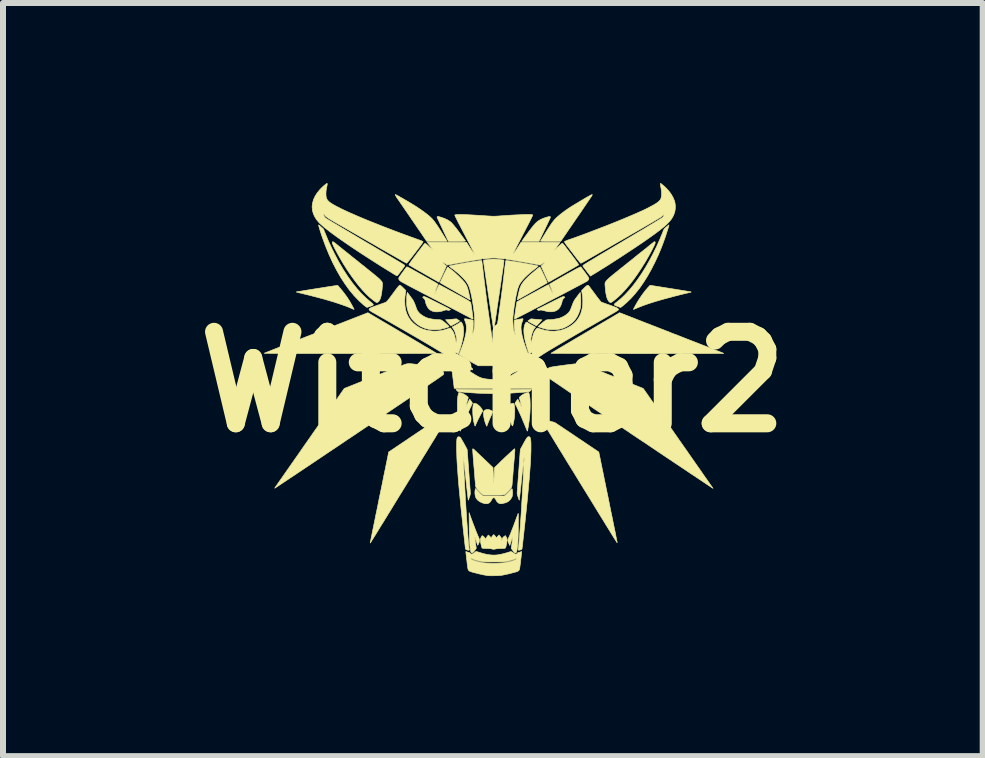
<source format=kicad_pcb>
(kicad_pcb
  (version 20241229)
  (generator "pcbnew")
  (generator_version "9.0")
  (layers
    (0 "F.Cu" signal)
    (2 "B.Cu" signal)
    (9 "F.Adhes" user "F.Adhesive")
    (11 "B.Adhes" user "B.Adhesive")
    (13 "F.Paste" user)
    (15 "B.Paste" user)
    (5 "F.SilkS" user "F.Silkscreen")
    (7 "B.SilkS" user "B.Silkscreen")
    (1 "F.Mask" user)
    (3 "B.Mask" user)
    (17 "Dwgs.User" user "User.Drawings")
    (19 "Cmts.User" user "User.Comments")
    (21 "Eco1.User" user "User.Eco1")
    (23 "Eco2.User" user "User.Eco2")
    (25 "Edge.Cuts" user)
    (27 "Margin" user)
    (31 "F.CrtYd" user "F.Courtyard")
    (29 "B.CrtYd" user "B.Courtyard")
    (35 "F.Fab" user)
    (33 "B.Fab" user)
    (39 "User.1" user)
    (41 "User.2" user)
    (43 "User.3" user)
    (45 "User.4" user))
  (footprint "Witcher2"
    (layer "F.Cu")
    (at 5.16 3.312)
    (property "Reference" "Witcher2" (at 0 0 0) (layer "F.SilkS") (effects (font (size 1.524 1.524) (thickness 0.3))))
    (attr through_hole)
    (fp_poly (pts (xy 0.683 -1.046) (xy 0.712 -1.043) (xy 0.743 -1.04) (xy 0.771 -1.038) (xy 0.774 -1.038) (xy 0.818 -1.034) (xy 0.775 -0.984) (xy 0.758 -0.966) (xy 0.744 -0.95) (xy 0.733 -0.94) (xy 0.728 -0.935) (xy 0.727 -0.935) (xy 0.721 -0.937) (xy 0.709 -0.943) (xy 0.693 -0.951) (xy 0.671 -0.963) (xy 0.648 -0.975) (xy 0.626 -0.988) (xy 0.607 -0.999) (xy 0.593 -1.008) (xy 0.585 -1.014) (xy 0.584 -1.015) (xy 0.588 -1.02) (xy 0.599 -1.027) (xy 0.611 -1.035) (xy 0.638 -1.051) (xy 0.683 -1.046)) (stroke (width 0.01) (type solid)) (fill yes) (layer "F.SilkS"))
    (fp_poly (pts (xy -0.581 -1.035) (xy -0.567 -1.026) (xy -0.557 -1.019) (xy -0.554 -1.016) (xy -0.558 -1.012) (xy -0.569 -1.004) (xy -0.586 -0.994) (xy -0.606 -0.982) (xy -0.628 -0.97) (xy -0.65 -0.958) (xy -0.67 -0.947) (xy -0.686 -0.939) (xy -0.696 -0.935) (xy -0.698 -0.935) (xy -0.702 -0.938) (xy -0.711 -0.948) (xy -0.724 -0.962) (xy -0.733 -0.972) (xy -0.749 -0.989) (xy -0.763 -1.006) (xy -0.774 -1.018) (xy -0.777 -1.022) (xy -0.788 -1.036) (xy -0.769 -1.036) (xy -0.757 -1.037) (xy -0.737 -1.038) (xy -0.712 -1.041) (xy -0.685 -1.043) (xy -0.678 -1.044) (xy -0.607 -1.051) (xy -0.581 -1.035)) (stroke (width 0.01) (type solid)) (fill yes) (layer "F.SilkS"))
    (fp_poly (pts (xy -0.071 0.46) (xy -0.041 0.47) (xy -0.03 0.475) (xy -0.015 0.483) (xy -0.008 0.489) (xy -0.006 0.496) (xy -0.007 0.506) (xy -0.007 0.507) (xy -0.011 0.519) (xy -0.018 0.538) (xy -0.027 0.56) (xy -0.037 0.582) (xy -0.049 0.61) (xy -0.063 0.642) (xy -0.075 0.672) (xy -0.082 0.688) (xy -0.101 0.739) (xy -0.114 0.711) (xy -0.126 0.68) (xy -0.137 0.646) (xy -0.145 0.61) (xy -0.152 0.575) (xy -0.155 0.543) (xy -0.156 0.516) (xy -0.152 0.496) (xy -0.152 0.495) (xy -0.146 0.482) (xy -0.136 0.473) (xy -0.123 0.466) (xy -0.098 0.459) (xy -0.071 0.46)) (stroke (width 0.01) (type solid)) (fill yes) (layer "F.SilkS"))
    (fp_poly (pts (xy 0.955 -2.754) (xy 0.958 -2.748) (xy 0.958 -2.739) (xy 0.955 -2.731) (xy 0.948 -2.716) (xy 0.938 -2.694) (xy 0.924 -2.665) (xy 0.909 -2.631) (xy 0.891 -2.594) (xy 0.872 -2.553) (xy 0.862 -2.534) (xy 0.77 -2.342) (xy 0.482 -2.342) (xy 0.511 -2.384) (xy 0.534 -2.416) (xy 0.56 -2.451) (xy 0.587 -2.488) (xy 0.613 -2.523) (xy 0.639 -2.557) (xy 0.663 -2.587) (xy 0.684 -2.612) (xy 0.7 -2.631) (xy 0.703 -2.635) (xy 0.732 -2.663) (xy 0.764 -2.687) (xy 0.8 -2.708) (xy 0.841 -2.726) (xy 0.891 -2.742) (xy 0.902 -2.746) (xy 0.927 -2.752) (xy 0.944 -2.755) (xy 0.955 -2.754)) (stroke (width 0.01) (type solid)) (fill yes) (layer "F.SilkS"))
    (fp_poly (pts (xy 0.349 0.362) (xy 0.355 0.375) (xy 0.36 0.397) (xy 0.363 0.425) (xy 0.365 0.459) (xy 0.365 0.497) (xy 0.363 0.536) (xy 0.36 0.577) (xy 0.356 0.616) (xy 0.349 0.653) (xy 0.348 0.66) (xy 0.341 0.691) (xy 0.336 0.713) (xy 0.332 0.727) (xy 0.328 0.733) (xy 0.324 0.732) (xy 0.321 0.726) (xy 0.317 0.719) (xy 0.307 0.695) (xy 0.293 0.664) (xy 0.277 0.631) (xy 0.26 0.597) (xy 0.244 0.565) (xy 0.23 0.538) (xy 0.222 0.524) (xy 0.197 0.481) (xy 0.206 0.465) (xy 0.218 0.444) (xy 0.236 0.422) (xy 0.255 0.4) (xy 0.274 0.382) (xy 0.285 0.374) (xy 0.304 0.363) (xy 0.323 0.357) (xy 0.339 0.357) (xy 0.349 0.362)) (stroke (width 0.01) (type solid)) (fill yes) (layer "F.SilkS"))
    (fp_poly (pts (xy 0.144 0.463) (xy 0.164 0.47) (xy 0.177 0.483) (xy 0.184 0.504) (xy 0.186 0.531) (xy 0.183 0.565) (xy 0.178 0.597) (xy 0.17 0.631) (xy 0.161 0.665) (xy 0.152 0.694) (xy 0.142 0.717) (xy 0.136 0.729) (xy 0.131 0.736) (xy 0.131 0.737) (xy 0.129 0.732) (xy 0.124 0.721) (xy 0.118 0.704) (xy 0.118 0.703) (xy 0.111 0.686) (xy 0.102 0.662) (xy 0.09 0.635) (xy 0.077 0.606) (xy 0.073 0.596) (xy 0.061 0.57) (xy 0.051 0.545) (xy 0.043 0.525) (xy 0.038 0.51) (xy 0.037 0.506) (xy 0.036 0.496) (xy 0.038 0.489) (xy 0.045 0.483) (xy 0.059 0.476) (xy 0.062 0.474) (xy 0.086 0.464) (xy 0.11 0.46) (xy 0.117 0.46) (xy 0.144 0.463)) (stroke (width 0.01) (type solid)) (fill yes) (layer "F.SilkS"))
    (fp_poly (pts (xy -0.285 0.36) (xy -0.264 0.37) (xy -0.242 0.386) (xy -0.219 0.406) (xy -0.198 0.43) (xy -0.181 0.456) (xy -0.176 0.464) (xy -0.167 0.481) (xy -0.195 0.53) (xy -0.205 0.548) (xy -0.217 0.57) (xy -0.23 0.596) (xy -0.244 0.623) (xy -0.257 0.651) (xy -0.269 0.676) (xy -0.279 0.698) (xy -0.286 0.715) (xy -0.289 0.725) (xy -0.29 0.726) (xy -0.293 0.733) (xy -0.294 0.734) (xy -0.299 0.732) (xy -0.303 0.722) (xy -0.304 0.718) (xy -0.309 0.699) (xy -0.314 0.68) (xy -0.314 0.678) (xy -0.321 0.647) (xy -0.327 0.609) (xy -0.331 0.568) (xy -0.334 0.527) (xy -0.335 0.49) (xy -0.335 0.49) (xy -0.335 0.457) (xy -0.333 0.426) (xy -0.33 0.399) (xy -0.326 0.378) (xy -0.321 0.364) (xy -0.318 0.359) (xy -0.304 0.356) (xy -0.285 0.36)) (stroke (width 0.01) (type solid)) (fill yes) (layer "F.SilkS"))
    (fp_poly (pts (xy 1.181 -1.422) (xy 1.184 -1.421) (xy 1.187 -1.42) (xy 1.2 -1.411) (xy 1.179 -1.39) (xy 1.167 -1.376) (xy 1.16 -1.363) (xy 1.155 -1.345) (xy 1.153 -1.336) (xy 1.144 -1.302) (xy 1.13 -1.268) (xy 1.113 -1.237) (xy 1.093 -1.213) (xy 1.089 -1.21) (xy 1.058 -1.188) (xy 1.022 -1.174) (xy 0.982 -1.168) (xy 0.935 -1.169) (xy 0.932 -1.169) (xy 0.909 -1.173) (xy 0.882 -1.179) (xy 0.856 -1.186) (xy 0.854 -1.186) (xy 0.823 -1.194) (xy 0.799 -1.197) (xy 0.777 -1.195) (xy 0.766 -1.191) (xy 0.758 -1.192) (xy 0.747 -1.198) (xy 0.735 -1.208) (xy 0.955 -1.318) (xy 1.005 -1.343) (xy 1.047 -1.364) (xy 1.082 -1.381) (xy 1.109 -1.395) (xy 1.131 -1.405) (xy 1.148 -1.413) (xy 1.161 -1.418) (xy 1.17 -1.421) (xy 1.177 -1.423) (xy 1.181 -1.422)) (stroke (width 0.01) (type solid)) (fill yes) (layer "F.SilkS"))
    (fp_poly (pts (xy 2.951 -1.557) (xy 3.009 -1.548) (xy 3.063 -1.539) (xy 3.114 -1.531) (xy 3.16 -1.523) (xy 3.201 -1.517) (xy 3.236 -1.511) (xy 3.264 -1.506) (xy 3.284 -1.503) (xy 3.295 -1.501) (xy 3.297 -1.501) (xy 3.304 -1.498) (xy 3.303 -1.496) (xy 3.294 -1.493) (xy 3.289 -1.492) (xy 3.153 -1.46) (xy 3.027 -1.428) (xy 2.911 -1.397) (xy 2.804 -1.368) (xy 2.706 -1.339) (xy 2.617 -1.311) (xy 2.537 -1.284) (xy 2.466 -1.257) (xy 2.403 -1.232) (xy 2.394 -1.228) (xy 2.373 -1.219) (xy 2.356 -1.212) (xy 2.345 -1.208) (xy 2.342 -1.208) (xy 2.344 -1.213) (xy 2.35 -1.226) (xy 2.359 -1.244) (xy 2.371 -1.265) (xy 2.373 -1.269) (xy 2.4 -1.318) (xy 2.433 -1.371) (xy 2.468 -1.424) (xy 2.505 -1.476) (xy 2.542 -1.524) (xy 2.578 -1.566) (xy 2.594 -1.583) (xy 2.619 -1.61) (xy 2.951 -1.557)) (stroke (width 0.01) (type solid)) (fill yes) (layer "F.SilkS"))
    (fp_poly (pts (xy -0.905 -2.754) (xy -0.882 -2.749) (xy -0.87 -2.745) (xy -0.81 -2.725) (xy -0.758 -2.701) (xy -0.715 -2.674) (xy -0.695 -2.658) (xy -0.68 -2.643) (xy -0.661 -2.621) (xy -0.638 -2.593) (xy -0.612 -2.561) (xy -0.583 -2.524) (xy -0.554 -2.484) (xy -0.524 -2.443) (xy -0.519 -2.436) (xy -0.5 -2.41) (xy -0.484 -2.388) (xy -0.471 -2.369) (xy -0.461 -2.355) (xy -0.456 -2.348) (xy -0.456 -2.348) (xy -0.456 -2.346) (xy -0.461 -2.345) (xy -0.472 -2.344) (xy -0.489 -2.343) (xy -0.514 -2.342) (xy -0.547 -2.342) (xy -0.589 -2.342) (xy -0.595 -2.342) (xy -0.74 -2.342) (xy -0.754 -2.371) (xy -0.769 -2.401) (xy -0.785 -2.435) (xy -0.803 -2.471) (xy -0.821 -2.51) (xy -0.839 -2.549) (xy -0.857 -2.587) (xy -0.875 -2.623) (xy -0.89 -2.657) (xy -0.904 -2.687) (xy -0.916 -2.712) (xy -0.924 -2.731) (xy -0.929 -2.742) (xy -0.93 -2.745) (xy -0.927 -2.752) (xy -0.919 -2.755) (xy -0.905 -2.754)) (stroke (width 0.01) (type solid)) (fill yes) (layer "F.SilkS"))
    (fp_poly (pts (xy -1.145 -1.423) (xy -1.138 -1.421) (xy -1.128 -1.417) (xy -1.114 -1.411) (xy -1.095 -1.403) (xy -1.071 -1.391) (xy -1.04 -1.376) (xy -1.002 -1.357) (xy -0.956 -1.334) (xy -0.952 -1.332) (xy -0.91 -1.311) (xy -0.869 -1.29) (xy -0.832 -1.272) (xy -0.799 -1.255) (xy -0.771 -1.241) (xy -0.75 -1.23) (xy -0.736 -1.222) (xy -0.733 -1.22) (xy -0.706 -1.205) (xy -0.718 -1.197) (xy -0.727 -1.193) (xy -0.737 -1.192) (xy -0.752 -1.195) (xy -0.755 -1.196) (xy -0.77 -1.199) (xy -0.782 -1.199) (xy -0.796 -1.196) (xy -0.81 -1.191) (xy -0.855 -1.177) (xy -0.9 -1.169) (xy -0.942 -1.167) (xy -0.969 -1.169) (xy -1.002 -1.177) (xy -1.035 -1.192) (xy -1.062 -1.212) (xy -1.069 -1.22) (xy -1.089 -1.247) (xy -1.106 -1.281) (xy -1.119 -1.318) (xy -1.123 -1.336) (xy -1.127 -1.356) (xy -1.133 -1.371) (xy -1.144 -1.384) (xy -1.149 -1.39) (xy -1.17 -1.411) (xy -1.157 -1.42) (xy -1.153 -1.422) (xy -1.15 -1.423) (xy -1.145 -1.423)) (stroke (width 0.01) (type solid)) (fill yes) (layer "F.SilkS"))
    (fp_poly (pts (xy -0.352 2.299) (xy -0.33 2.358) (xy -0.309 2.412) (xy -0.29 2.462) (xy -0.273 2.506) (xy -0.257 2.542) (xy -0.245 2.572) (xy -0.235 2.592) (xy -0.235 2.593) (xy -0.225 2.62) (xy -0.222 2.645) (xy -0.228 2.672) (xy -0.236 2.691) (xy -0.243 2.707) (xy -0.249 2.717) (xy -0.253 2.721) (xy -0.253 2.721) (xy -0.255 2.715) (xy -0.26 2.702) (xy -0.266 2.682) (xy -0.274 2.658) (xy -0.277 2.646) (xy -0.286 2.619) (xy -0.292 2.6) (xy -0.296 2.591) (xy -0.299 2.591) (xy -0.299 2.6) (xy -0.298 2.618) (xy -0.294 2.646) (xy -0.289 2.684) (xy -0.288 2.692) (xy -0.276 2.771) (xy -0.296 2.8) (xy -0.314 2.825) (xy -0.331 2.841) (xy -0.345 2.849) (xy -0.356 2.847) (xy -0.36 2.843) (xy -0.367 2.83) (xy -0.373 2.806) (xy -0.378 2.772) (xy -0.383 2.729) (xy -0.387 2.675) (xy -0.39 2.611) (xy -0.392 2.538) (xy -0.394 2.454) (xy -0.394 2.408) (xy -0.396 2.177) (xy -0.352 2.299)) (stroke (width 0.01) (type solid)) (fill yes) (layer "F.SilkS"))
    (fp_poly (pts (xy -1.619 -3.12) (xy -1.607 -3.114) (xy -1.587 -3.104) (xy -1.562 -3.09) (xy -1.533 -3.073) (xy -1.5 -3.055) (xy -1.465 -3.034) (xy -1.428 -3.013) (xy -1.391 -2.991) (xy -1.355 -2.969) (xy -1.32 -2.948) (xy -1.299 -2.935) (xy -1.244 -2.899) (xy -1.191 -2.863) (xy -1.141 -2.827) (xy -1.095 -2.792) (xy -1.056 -2.76) (xy -1.024 -2.73) (xy -1.023 -2.729) (xy -1.007 -2.713) (xy -0.991 -2.694) (xy -0.974 -2.672) (xy -0.955 -2.646) (xy -0.933 -2.615) (xy -0.909 -2.579) (xy -0.882 -2.537) (xy -0.851 -2.488) (xy -0.816 -2.431) (xy -0.776 -2.367) (xy -0.773 -2.361) (xy -0.761 -2.342) (xy -1.101 -2.342) (xy -1.212 -2.505) (xy -1.251 -2.561) (xy -1.291 -2.62) (xy -1.333 -2.681) (xy -1.374 -2.741) (xy -1.414 -2.8) (xy -1.453 -2.856) (xy -1.489 -2.909) (xy -1.521 -2.956) (xy -1.55 -2.998) (xy -1.569 -3.026) (xy -1.591 -3.057) (xy -1.606 -3.081) (xy -1.617 -3.099) (xy -1.623 -3.111) (xy -1.625 -3.118) (xy -1.624 -3.122) (xy -1.619 -3.12)) (stroke (width 0.01) (type solid)) (fill yes) (layer "F.SilkS"))
    (fp_poly (pts (xy -2.543 -1.56) (xy -2.501 -1.51) (xy -2.46 -1.456) (xy -2.422 -1.403) (xy -2.395 -1.36) (xy -2.382 -1.34) (xy -2.369 -1.316) (xy -2.355 -1.292) (xy -2.342 -1.268) (xy -2.33 -1.245) (xy -2.32 -1.227) (xy -2.314 -1.214) (xy -2.312 -1.207) (xy -2.312 -1.207) (xy -2.317 -1.208) (xy -2.329 -1.213) (xy -2.345 -1.22) (xy -2.347 -1.221) (xy -2.406 -1.246) (xy -2.474 -1.272) (xy -2.552 -1.299) (xy -2.639 -1.328) (xy -2.736 -1.357) (xy -2.842 -1.387) (xy -2.958 -1.418) (xy -3.084 -1.45) (xy -3.22 -1.483) (xy -3.259 -1.492) (xy -3.27 -1.496) (xy -3.273 -1.499) (xy -3.272 -1.5) (xy -3.266 -1.501) (xy -3.251 -1.504) (xy -3.228 -1.508) (xy -3.198 -1.512) (xy -3.162 -1.518) (xy -3.121 -1.525) (xy -3.076 -1.532) (xy -3.027 -1.54) (xy -2.977 -1.548) (xy -2.926 -1.556) (xy -2.875 -1.564) (xy -2.824 -1.572) (xy -2.776 -1.58) (xy -2.731 -1.587) (xy -2.689 -1.593) (xy -2.653 -1.599) (xy -2.622 -1.603) (xy -2.615 -1.604) (xy -2.585 -1.609) (xy -2.543 -1.56)) (stroke (width 0.01) (type solid)) (fill yes) (layer "F.SilkS"))
    (fp_poly (pts (xy -0.746 -1.911) (xy -0.735 -1.902) (xy -0.718 -1.889) (xy -0.697 -1.873) (xy -0.68 -1.859) (xy -0.642 -1.829) (xy -0.605 -1.795) (xy -0.568 -1.761) (xy -0.534 -1.727) (xy -0.503 -1.695) (xy -0.478 -1.666) (xy -0.46 -1.641) (xy -0.459 -1.64) (xy -0.445 -1.619) (xy -0.434 -1.598) (xy -0.425 -1.575) (xy -0.416 -1.548) (xy -0.408 -1.516) (xy -0.399 -1.476) (xy -0.396 -1.463) (xy -0.391 -1.436) (xy -0.386 -1.412) (xy -0.382 -1.393) (xy -0.379 -1.38) (xy -0.378 -1.378) (xy -0.378 -1.369) (xy -0.38 -1.367) (xy -0.385 -1.369) (xy -0.398 -1.376) (xy -0.418 -1.388) (xy -0.444 -1.403) (xy -0.476 -1.421) (xy -0.513 -1.442) (xy -0.554 -1.465) (xy -0.597 -1.49) (xy -0.62 -1.503) (xy -0.665 -1.529) (xy -0.708 -1.553) (xy -0.748 -1.576) (xy -0.783 -1.596) (xy -0.814 -1.614) (xy -0.838 -1.628) (xy -0.856 -1.639) (xy -0.866 -1.645) (xy -0.868 -1.646) (xy -0.88 -1.654) (xy -0.818 -1.785) (xy -0.802 -1.818) (xy -0.787 -1.848) (xy -0.774 -1.874) (xy -0.763 -1.895) (xy -0.755 -1.908) (xy -0.752 -1.914) (xy -0.751 -1.914) (xy -0.746 -1.911)) (stroke (width 0.01) (type solid)) (fill yes) (layer "F.SilkS"))
    (fp_poly (pts (xy 0.785 -1.91) (xy 0.792 -1.898) (xy 0.801 -1.88) (xy 0.813 -1.857) (xy 0.826 -1.83) (xy 0.84 -1.8) (xy 0.855 -1.77) (xy 0.868 -1.741) (xy 0.881 -1.713) (xy 0.892 -1.689) (xy 0.9 -1.67) (xy 0.905 -1.656) (xy 0.906 -1.651) (xy 0.906 -1.651) (xy 0.901 -1.647) (xy 0.888 -1.64) (xy 0.868 -1.628) (xy 0.843 -1.613) (xy 0.812 -1.596) (xy 0.778 -1.576) (xy 0.74 -1.554) (xy 0.701 -1.532) (xy 0.66 -1.509) (xy 0.62 -1.486) (xy 0.58 -1.463) (xy 0.542 -1.441) (xy 0.507 -1.422) (xy 0.476 -1.404) (xy 0.45 -1.389) (xy 0.429 -1.378) (xy 0.415 -1.37) (xy 0.409 -1.367) (xy 0.409 -1.367) (xy 0.408 -1.371) (xy 0.409 -1.378) (xy 0.41 -1.387) (xy 0.414 -1.404) (xy 0.418 -1.426) (xy 0.424 -1.451) (xy 0.424 -1.455) (xy 0.436 -1.506) (xy 0.447 -1.549) (xy 0.46 -1.586) (xy 0.476 -1.619) (xy 0.496 -1.65) (xy 0.52 -1.681) (xy 0.55 -1.714) (xy 0.578 -1.742) (xy 0.597 -1.76) (xy 0.619 -1.781) (xy 0.644 -1.803) (xy 0.671 -1.826) (xy 0.697 -1.848) (xy 0.722 -1.869) (xy 0.744 -1.887) (xy 0.763 -1.901) (xy 0.776 -1.911) (xy 0.781 -1.914) (xy 0.785 -1.91)) (stroke (width 0.01) (type solid)) (fill yes) (layer "F.SilkS"))
    (fp_poly (pts (xy 1.655 -3.122) (xy 1.655 -3.116) (xy 1.651 -3.105) (xy 1.651 -3.104) (xy 1.647 -3.098) (xy 1.638 -3.084) (xy 1.623 -3.063) (xy 1.605 -3.035) (xy 1.582 -3.002) (xy 1.556 -2.963) (xy 1.526 -2.919) (xy 1.494 -2.872) (xy 1.459 -2.821) (xy 1.423 -2.768) (xy 1.387 -2.716) (xy 1.131 -2.342) (xy 0.961 -2.342) (xy 0.921 -2.342) (xy 0.885 -2.342) (xy 0.853 -2.343) (xy 0.826 -2.343) (xy 0.807 -2.344) (xy 0.796 -2.345) (xy 0.794 -2.346) (xy 0.797 -2.351) (xy 0.805 -2.364) (xy 0.816 -2.382) (xy 0.831 -2.406) (xy 0.847 -2.433) (xy 0.854 -2.443) (xy 0.889 -2.502) (xy 0.921 -2.552) (xy 0.949 -2.595) (xy 0.973 -2.631) (xy 0.995 -2.662) (xy 1.015 -2.687) (xy 1.033 -2.709) (xy 1.05 -2.726) (xy 1.074 -2.748) (xy 1.104 -2.774) (xy 1.139 -2.803) (xy 1.178 -2.832) (xy 1.217 -2.861) (xy 1.255 -2.887) (xy 1.265 -2.894) (xy 1.288 -2.909) (xy 1.316 -2.927) (xy 1.348 -2.946) (xy 1.382 -2.967) (xy 1.419 -2.989) (xy 1.456 -3.011) (xy 1.493 -3.033) (xy 1.528 -3.054) (xy 1.561 -3.073) (xy 1.591 -3.09) (xy 1.616 -3.104) (xy 1.636 -3.114) (xy 1.649 -3.12) (xy 1.655 -3.122) (xy 1.655 -3.122)) (stroke (width 0.01) (type solid)) (fill yes) (layer "F.SilkS"))
    (fp_poly (pts (xy -2.898 -2.613) (xy -2.887 -2.605) (xy -2.873 -2.592) (xy -2.861 -2.582) (xy -2.822 -2.548) (xy -2.784 -2.454) (xy -2.76 -2.397) (xy -2.739 -2.346) (xy -2.717 -2.298) (xy -2.695 -2.251) (xy -2.671 -2.201) (xy -2.643 -2.145) (xy -2.636 -2.131) (xy -2.567 -2) (xy -2.495 -1.877) (xy -2.421 -1.763) (xy -2.346 -1.658) (xy -2.269 -1.561) (xy -2.191 -1.474) (xy -2.112 -1.397) (xy -2.045 -1.339) (xy -2.025 -1.324) (xy -2.009 -1.309) (xy -1.998 -1.298) (xy -1.992 -1.291) (xy -1.992 -1.29) (xy -1.993 -1.284) (xy -1.997 -1.278) (xy -2.006 -1.272) (xy -2.023 -1.266) (xy -2.047 -1.257) (xy -2.067 -1.251) (xy -2.083 -1.245) (xy -2.094 -1.242) (xy -2.096 -1.241) (xy -2.101 -1.244) (xy -2.113 -1.251) (xy -2.129 -1.263) (xy -2.148 -1.278) (xy -2.152 -1.281) (xy -2.232 -1.354) (xy -2.311 -1.436) (xy -2.388 -1.528) (xy -2.461 -1.629) (xy -2.533 -1.739) (xy -2.601 -1.858) (xy -2.667 -1.985) (xy -2.729 -2.121) (xy -2.778 -2.24) (xy -2.791 -2.273) (xy -2.805 -2.31) (xy -2.819 -2.35) (xy -2.834 -2.39) (xy -2.848 -2.43) (xy -2.861 -2.469) (xy -2.873 -2.506) (xy -2.883 -2.539) (xy -2.892 -2.568) (xy -2.898 -2.591) (xy -2.902 -2.607) (xy -2.903 -2.615) (xy -2.902 -2.616) (xy -2.898 -2.613)) (stroke (width 0.01) (type solid)) (fill yes) (layer "F.SilkS"))
    (fp_poly (pts (xy 0.423 2.192) (xy 0.424 2.196) (xy 0.425 2.205) (xy 0.425 2.221) (xy 0.425 2.242) (xy 0.425 2.271) (xy 0.425 2.308) (xy 0.425 2.353) (xy 0.425 2.403) (xy 0.424 2.469) (xy 0.423 2.527) (xy 0.422 2.577) (xy 0.42 2.62) (xy 0.418 2.658) (xy 0.416 2.693) (xy 0.413 2.724) (xy 0.409 2.754) (xy 0.405 2.783) (xy 0.404 2.791) (xy 0.399 2.818) (xy 0.393 2.835) (xy 0.388 2.843) (xy 0.379 2.849) (xy 0.372 2.849) (xy 0.363 2.843) (xy 0.359 2.839) (xy 0.349 2.829) (xy 0.336 2.814) (xy 0.326 2.8) (xy 0.306 2.771) (xy 0.315 2.713) (xy 0.319 2.684) (xy 0.323 2.654) (xy 0.326 2.627) (xy 0.327 2.614) (xy 0.33 2.573) (xy 0.32 2.606) (xy 0.313 2.627) (xy 0.305 2.653) (xy 0.297 2.679) (xy 0.296 2.682) (xy 0.283 2.725) (xy 0.266 2.69) (xy 0.255 2.661) (xy 0.251 2.637) (xy 0.255 2.613) (xy 0.266 2.589) (xy 0.273 2.575) (xy 0.283 2.553) (xy 0.296 2.523) (xy 0.31 2.487) (xy 0.326 2.446) (xy 0.344 2.401) (xy 0.361 2.353) (xy 0.379 2.306) (xy 0.39 2.276) (xy 0.4 2.248) (xy 0.409 2.224) (xy 0.416 2.205) (xy 0.42 2.195) (xy 0.42 2.195) (xy 0.421 2.191) (xy 0.423 2.192)) (stroke (width 0.01) (type solid)) (fill yes) (layer "F.SilkS"))
    (fp_poly (pts (xy -0.248 1.82) (xy -0.229 1.84) (xy -0.21 1.859) (xy -0.194 1.874) (xy -0.184 1.883) (xy -0.161 1.9) (xy 0.192 1.9) (xy 0.217 1.88) (xy 0.232 1.867) (xy 0.25 1.849) (xy 0.269 1.829) (xy 0.278 1.819) (xy 0.292 1.803) (xy 0.305 1.789) (xy 0.313 1.781) (xy 0.316 1.778) (xy 0.321 1.783) (xy 0.324 1.796) (xy 0.327 1.818) (xy 0.328 1.846) (xy 0.328 1.852) (xy 0.327 1.876) (xy 0.325 1.893) (xy 0.322 1.907) (xy 0.315 1.923) (xy 0.314 1.926) (xy 0.292 1.959) (xy 0.263 1.987) (xy 0.239 2.002) (xy 0.217 2.011) (xy 0.191 2.019) (xy 0.164 2.025) (xy 0.14 2.029) (xy 0.122 2.029) (xy 0.12 2.029) (xy 0.099 2.021) (xy 0.079 2.006) (xy 0.061 1.985) (xy 0.053 1.97) (xy 0.043 1.949) (xy 0.033 1.937) (xy 0.022 1.931) (xy 0.015 1.93) (xy 0.006 1.931) (xy -0.001 1.935) (xy -0.008 1.943) (xy -0.017 1.958) (xy -0.024 1.971) (xy -0.043 1.999) (xy -0.066 2.019) (xy -0.093 2.029) (xy -0.122 2.029) (xy -0.127 2.029) (xy -0.171 2.017) (xy -0.211 1.999) (xy -0.244 1.977) (xy -0.27 1.95) (xy -0.285 1.924) (xy -0.293 1.897) (xy -0.298 1.866) (xy -0.299 1.834) (xy -0.296 1.805) (xy -0.295 1.798) (xy -0.289 1.776) (xy -0.248 1.82)) (stroke (width 0.01) (type solid)) (fill yes) (layer "F.SilkS"))
    (fp_poly (pts (xy 0.604 0.198) (xy 0.612 0.234) (xy 0.618 0.279) (xy 0.621 0.331) (xy 0.622 0.39) (xy 0.621 0.453) (xy 0.618 0.519) (xy 0.612 0.587) (xy 0.604 0.657) (xy 0.594 0.726) (xy 0.582 0.792) (xy 0.579 0.81) (xy 0.576 0.818) (xy 0.574 0.819) (xy 0.571 0.814) (xy 0.57 0.811) (xy 0.566 0.802) (xy 0.559 0.785) (xy 0.55 0.762) (xy 0.539 0.735) (xy 0.527 0.706) (xy 0.526 0.704) (xy 0.506 0.657) (xy 0.486 0.608) (xy 0.465 0.559) (xy 0.444 0.513) (xy 0.424 0.471) (xy 0.407 0.434) (xy 0.392 0.404) (xy 0.389 0.398) (xy 0.367 0.357) (xy 0.389 0.323) (xy 0.4 0.308) (xy 0.409 0.296) (xy 0.415 0.29) (xy 0.416 0.29) (xy 0.419 0.294) (xy 0.426 0.306) (xy 0.434 0.323) (xy 0.444 0.343) (xy 0.454 0.365) (xy 0.464 0.387) (xy 0.471 0.406) (xy 0.472 0.408) (xy 0.477 0.418) (xy 0.48 0.421) (xy 0.48 0.421) (xy 0.479 0.416) (xy 0.477 0.403) (xy 0.472 0.384) (xy 0.467 0.362) (xy 0.461 0.338) (xy 0.455 0.315) (xy 0.449 0.295) (xy 0.445 0.279) (xy 0.442 0.273) (xy 0.44 0.265) (xy 0.442 0.258) (xy 0.449 0.25) (xy 0.462 0.238) (xy 0.463 0.237) (xy 0.489 0.217) (xy 0.519 0.199) (xy 0.549 0.186) (xy 0.574 0.18) (xy 0.598 0.177) (xy 0.604 0.198)) (stroke (width 0.01) (type solid)) (fill yes) (layer "F.SilkS"))
    (fp_poly (pts (xy 2.704 -2.33) (xy 2.705 -2.325) (xy 2.704 -2.314) (xy 2.698 -2.295) (xy 2.686 -2.269) (xy 2.669 -2.234) (xy 2.647 -2.191) (xy 2.62 -2.141) (xy 2.605 -2.113) (xy 2.54 -2) (xy 2.473 -1.893) (xy 2.407 -1.793) (xy 2.34 -1.699) (xy 2.273 -1.613) (xy 2.206 -1.535) (xy 2.141 -1.465) (xy 2.077 -1.405) (xy 2.014 -1.353) (xy 2.01 -1.35) (xy 1.99 -1.336) (xy 1.976 -1.327) (xy 1.967 -1.323) (xy 1.959 -1.322) (xy 1.951 -1.325) (xy 1.947 -1.327) (xy 1.93 -1.343) (xy 1.914 -1.368) (xy 1.9 -1.402) (xy 1.889 -1.444) (xy 1.88 -1.495) (xy 1.874 -1.553) (xy 1.871 -1.585) (xy 1.87 -1.6) (xy 1.869 -1.613) (xy 1.868 -1.624) (xy 1.868 -1.635) (xy 1.869 -1.645) (xy 1.872 -1.655) (xy 1.877 -1.665) (xy 1.885 -1.677) (xy 1.895 -1.69) (xy 1.909 -1.704) (xy 1.927 -1.721) (xy 1.949 -1.741) (xy 1.975 -1.763) (xy 2.007 -1.79) (xy 2.045 -1.82) (xy 2.088 -1.855) (xy 2.138 -1.895) (xy 2.195 -1.94) (xy 2.259 -1.992) (xy 2.273 -2.003) (xy 2.328 -2.046) (xy 2.38 -2.089) (xy 2.43 -2.129) (xy 2.477 -2.166) (xy 2.521 -2.201) (xy 2.56 -2.232) (xy 2.594 -2.26) (xy 2.622 -2.283) (xy 2.645 -2.301) (xy 2.661 -2.314) (xy 2.67 -2.321) (xy 2.671 -2.322) (xy 2.686 -2.333) (xy 2.697 -2.336) (xy 2.704 -2.33)) (stroke (width 0.01) (type solid)) (fill yes) (layer "F.SilkS"))
    (fp_poly (pts (xy 2.933 -2.612) (xy 2.931 -2.599) (xy 2.925 -2.578) (xy 2.917 -2.552) (xy 2.907 -2.521) (xy 2.896 -2.486) (xy 2.884 -2.448) (xy 2.871 -2.409) (xy 2.857 -2.37) (xy 2.843 -2.332) (xy 2.83 -2.295) (xy 2.817 -2.262) (xy 2.813 -2.25) (xy 2.759 -2.12) (xy 2.701 -1.995) (xy 2.641 -1.877) (xy 2.578 -1.765) (xy 2.513 -1.661) (xy 2.446 -1.564) (xy 2.377 -1.477) (xy 2.307 -1.398) (xy 2.235 -1.328) (xy 2.228 -1.321) (xy 2.203 -1.3) (xy 2.18 -1.28) (xy 2.16 -1.263) (xy 2.144 -1.251) (xy 2.132 -1.242) (xy 2.128 -1.24) (xy 2.122 -1.242) (xy 2.11 -1.246) (xy 2.092 -1.252) (xy 2.085 -1.255) (xy 2.056 -1.265) (xy 2.036 -1.274) (xy 2.025 -1.282) (xy 2.022 -1.291) (xy 2.028 -1.301) (xy 2.041 -1.313) (xy 2.057 -1.325) (xy 2.127 -1.382) (xy 2.198 -1.449) (xy 2.269 -1.525) (xy 2.34 -1.61) (xy 2.409 -1.702) (xy 2.478 -1.803) (xy 2.545 -1.91) (xy 2.61 -2.024) (xy 2.673 -2.143) (xy 2.734 -2.268) (xy 2.788 -2.39) (xy 2.8 -2.42) (xy 2.813 -2.45) (xy 2.824 -2.478) (xy 2.833 -2.501) (xy 2.834 -2.505) (xy 2.842 -2.525) (xy 2.85 -2.54) (xy 2.858 -2.552) (xy 2.87 -2.564) (xy 2.887 -2.579) (xy 2.891 -2.582) (xy 2.908 -2.596) (xy 2.922 -2.608) (xy 2.931 -2.615) (xy 2.933 -2.616) (xy 2.933 -2.612)) (stroke (width 0.01) (type solid)) (fill yes) (layer "F.SilkS"))
    (fp_poly (pts (xy -2.659 -2.334) (xy -2.646 -2.325) (xy -2.629 -2.313) (xy -2.609 -2.297) (xy -2.6 -2.29) (xy -2.587 -2.279) (xy -2.567 -2.263) (xy -2.541 -2.242) (xy -2.508 -2.215) (xy -2.471 -2.185) (xy -2.429 -2.152) (xy -2.383 -2.115) (xy -2.335 -2.076) (xy -2.284 -2.036) (xy -2.232 -1.994) (xy -2.201 -1.969) (xy -2.139 -1.92) (xy -2.085 -1.876) (xy -2.037 -1.838) (xy -1.996 -1.805) (xy -1.961 -1.776) (xy -1.931 -1.751) (xy -1.906 -1.73) (xy -1.886 -1.712) (xy -1.871 -1.696) (xy -1.859 -1.683) (xy -1.85 -1.671) (xy -1.844 -1.66) (xy -1.84 -1.649) (xy -1.839 -1.639) (xy -1.838 -1.628) (xy -1.839 -1.617) (xy -1.84 -1.604) (xy -1.841 -1.589) (xy -1.841 -1.588) (xy -1.846 -1.53) (xy -1.853 -1.477) (xy -1.862 -1.431) (xy -1.873 -1.392) (xy -1.886 -1.362) (xy -1.893 -1.351) (xy -1.906 -1.336) (xy -1.922 -1.325) (xy -1.936 -1.321) (xy -1.941 -1.324) (xy -1.953 -1.332) (xy -1.97 -1.343) (xy -1.989 -1.358) (xy -1.991 -1.359) (xy -2.05 -1.407) (xy -2.111 -1.465) (xy -2.173 -1.531) (xy -2.236 -1.605) (xy -2.3 -1.687) (xy -2.364 -1.775) (xy -2.428 -1.869) (xy -2.491 -1.969) (xy -2.553 -2.074) (xy -2.613 -2.184) (xy -2.642 -2.238) (xy -2.656 -2.268) (xy -2.666 -2.289) (xy -2.673 -2.305) (xy -2.675 -2.316) (xy -2.675 -2.323) (xy -2.675 -2.324) (xy -2.67 -2.333) (xy -2.665 -2.337) (xy -2.659 -2.334)) (stroke (width 0.01) (type solid)) (fill yes) (layer "F.SilkS"))
    (fp_poly (pts (xy -1.373 -1.422) (xy -1.353 -1.395) (xy -1.337 -1.373) (xy -1.325 -1.354) (xy -1.316 -1.336) (xy -1.307 -1.316) (xy -1.297 -1.292) (xy -1.286 -1.261) (xy -1.285 -1.259) (xy -1.276 -1.234) (xy -1.267 -1.21) (xy -1.258 -1.191) (xy -1.253 -1.182) (xy -1.233 -1.156) (xy -1.206 -1.13) (xy -1.173 -1.106) (xy -1.136 -1.085) (xy -1.098 -1.068) (xy -1.087 -1.064) (xy -1.052 -1.055) (xy -1.011 -1.047) (xy -0.969 -1.041) (xy -0.928 -1.037) (xy -0.903 -1.036) (xy -0.884 -1.036) (xy -0.871 -1.034) (xy -0.859 -1.03) (xy -0.846 -1.023) (xy -0.83 -1.012) (xy -0.81 -0.997) (xy -0.789 -0.98) (xy -0.77 -0.963) (xy -0.753 -0.947) (xy -0.739 -0.934) (xy -0.731 -0.924) (xy -0.73 -0.919) (xy -0.738 -0.915) (xy -0.753 -0.909) (xy -0.775 -0.903) (xy -0.799 -0.895) (xy -0.825 -0.888) (xy -0.85 -0.882) (xy -0.871 -0.877) (xy -0.877 -0.876) (xy -0.909 -0.872) (xy -0.946 -0.87) (xy -0.985 -0.869) (xy -1.022 -0.871) (xy -1.054 -0.874) (xy -1.071 -0.877) (xy -1.137 -0.895) (xy -1.199 -0.922) (xy -1.255 -0.957) (xy -1.304 -0.998) (xy -1.347 -1.045) (xy -1.379 -1.093) (xy -1.396 -1.131) (xy -1.412 -1.174) (xy -1.425 -1.219) (xy -1.433 -1.262) (xy -1.435 -1.285) (xy -1.436 -1.314) (xy -1.436 -1.347) (xy -1.436 -1.381) (xy -1.435 -1.413) (xy -1.433 -1.442) (xy -1.43 -1.465) (xy -1.429 -1.473) (xy -1.424 -1.491) (xy -1.373 -1.422)) (stroke (width 0.01) (type solid)) (fill yes) (layer "F.SilkS"))
    (fp_poly (pts (xy 1.46 -1.468) (xy 1.461 -1.456) (xy 1.463 -1.435) (xy 1.464 -1.409) (xy 1.465 -1.379) (xy 1.465 -1.351) (xy 1.465 -1.316) (xy 1.465 -1.288) (xy 1.463 -1.267) (xy 1.461 -1.248) (xy 1.459 -1.232) (xy 1.454 -1.214) (xy 1.454 -1.213) (xy 1.433 -1.147) (xy 1.405 -1.088) (xy 1.37 -1.036) (xy 1.327 -0.99) (xy 1.276 -0.951) (xy 1.228 -0.922) (xy 1.187 -0.902) (xy 1.148 -0.888) (xy 1.108 -0.879) (xy 1.064 -0.873) (xy 1.019 -0.871) (xy 0.972 -0.871) (xy 0.934 -0.872) (xy 0.904 -0.876) (xy 0.877 -0.882) (xy 0.845 -0.89) (xy 0.813 -0.9) (xy 0.785 -0.909) (xy 0.77 -0.914) (xy 0.755 -0.92) (xy 0.775 -0.941) (xy 0.788 -0.953) (xy 0.806 -0.968) (xy 0.826 -0.985) (xy 0.847 -1.002) (xy 0.866 -1.016) (xy 0.881 -1.027) (xy 0.887 -1.031) (xy 0.898 -1.033) (xy 0.915 -1.036) (xy 0.935 -1.036) (xy 0.935 -1.036) (xy 0.969 -1.038) (xy 1.009 -1.042) (xy 1.049 -1.049) (xy 1.088 -1.056) (xy 1.116 -1.064) (xy 1.156 -1.08) (xy 1.195 -1.101) (xy 1.229 -1.125) (xy 1.259 -1.151) (xy 1.28 -1.178) (xy 1.287 -1.19) (xy 1.294 -1.205) (xy 1.303 -1.227) (xy 1.313 -1.253) (xy 1.323 -1.28) (xy 1.324 -1.282) (xy 1.333 -1.307) (xy 1.341 -1.327) (xy 1.35 -1.344) (xy 1.359 -1.361) (xy 1.372 -1.38) (xy 1.389 -1.403) (xy 1.401 -1.419) (xy 1.455 -1.491) (xy 1.46 -1.468)) (stroke (width 0.01) (type solid)) (fill yes) (layer "F.SilkS"))
    (fp_poly (pts (xy -0.544 0.18) (xy -0.515 0.188) (xy -0.484 0.202) (xy -0.454 0.22) (xy -0.433 0.236) (xy -0.419 0.249) (xy -0.412 0.258) (xy -0.41 0.265) (xy -0.412 0.272) (xy -0.412 0.273) (xy -0.416 0.285) (xy -0.421 0.302) (xy -0.427 0.323) (xy -0.433 0.346) (xy -0.438 0.368) (xy -0.443 0.388) (xy -0.446 0.403) (xy -0.448 0.412) (xy -0.448 0.414) (xy -0.444 0.407) (xy -0.437 0.394) (xy -0.428 0.375) (xy -0.418 0.352) (xy -0.416 0.349) (xy -0.406 0.327) (xy -0.397 0.308) (xy -0.39 0.295) (xy -0.386 0.29) (xy -0.385 0.29) (xy -0.381 0.293) (xy -0.373 0.304) (xy -0.363 0.317) (xy -0.353 0.332) (xy -0.345 0.345) (xy -0.341 0.354) (xy -0.34 0.356) (xy -0.342 0.361) (xy -0.348 0.374) (xy -0.357 0.393) (xy -0.368 0.417) (xy -0.381 0.442) (xy -0.401 0.486) (xy -0.423 0.534) (xy -0.445 0.584) (xy -0.468 0.635) (xy -0.488 0.684) (xy -0.507 0.729) (xy -0.521 0.765) (xy -0.529 0.786) (xy -0.536 0.803) (xy -0.541 0.815) (xy -0.544 0.819) (xy -0.546 0.817) (xy -0.549 0.806) (xy -0.553 0.79) (xy -0.553 0.786) (xy -0.564 0.721) (xy -0.573 0.664) (xy -0.579 0.612) (xy -0.584 0.565) (xy -0.588 0.52) (xy -0.59 0.475) (xy -0.591 0.429) (xy -0.591 0.396) (xy -0.591 0.343) (xy -0.589 0.299) (xy -0.586 0.261) (xy -0.581 0.229) (xy -0.574 0.201) (xy -0.573 0.196) (xy -0.567 0.177) (xy -0.544 0.18)) (stroke (width 0.01) (type solid)) (fill yes) (layer "F.SilkS"))
    (fp_poly (pts (xy 0.029 -2.047) (xy 0.051 -2.045) (xy 0.078 -2.042) (xy 0.098 -2.04) (xy 0.126 -2.037) (xy 0.15 -2.034) (xy 0.169 -2.031) (xy 0.181 -2.028) (xy 0.184 -2.027) (xy 0.185 -2.021) (xy 0.184 -2.007) (xy 0.182 -1.985) (xy 0.179 -1.959) (xy 0.174 -1.928) (xy 0.173 -1.92) (xy 0.167 -1.879) (xy 0.16 -1.83) (xy 0.151 -1.773) (xy 0.142 -1.709) (xy 0.132 -1.64) (xy 0.121 -1.567) (xy 0.11 -1.49) (xy 0.098 -1.412) (xy 0.086 -1.333) (xy 0.074 -1.254) (xy 0.066 -1.195) (xy 0.059 -1.148) (xy 0.052 -1.101) (xy 0.045 -1.057) (xy 0.04 -1.016) (xy 0.034 -0.981) (xy 0.03 -0.953) (xy 0.028 -0.933) (xy 0.027 -0.93) (xy 0.024 -0.906) (xy 0.02 -0.886) (xy 0.017 -0.872) (xy 0.015 -0.866) (xy 0.011 -0.866) (xy 0.01 -0.873) (xy 0.01 -0.877) (xy 0.009 -0.886) (xy 0.007 -0.901) (xy 0.004 -0.92) (xy 0.001 -0.946) (xy -0.004 -0.977) (xy -0.009 -1.015) (xy -0.016 -1.06) (xy -0.024 -1.112) (xy -0.032 -1.171) (xy -0.042 -1.237) (xy -0.053 -1.312) (xy -0.065 -1.394) (xy -0.079 -1.486) (xy -0.093 -1.586) (xy -0.11 -1.695) (xy -0.127 -1.814) (xy -0.145 -1.935) (xy -0.149 -1.964) (xy -0.152 -1.989) (xy -0.154 -2.009) (xy -0.155 -2.022) (xy -0.154 -2.027) (xy -0.148 -2.029) (xy -0.133 -2.032) (xy -0.112 -2.035) (xy -0.086 -2.038) (xy -0.067 -2.04) (xy -0.036 -2.044) (xy -0.011 -2.046) (xy 0.009 -2.047) (xy 0.029 -2.047)) (stroke (width 0.01) (type solid)) (fill yes) (layer "F.SilkS"))
    (fp_poly (pts (xy 2.383 -1.047) (xy 2.513 -0.996) (xy 2.639 -0.947) (xy 2.76 -0.9) (xy 2.876 -0.855) (xy 2.986 -0.811) (xy 3.091 -0.771) (xy 3.19 -0.732) (xy 3.282 -0.696) (xy 3.368 -0.663) (xy 3.447 -0.632) (xy 3.519 -0.604) (xy 3.584 -0.579) (xy 3.641 -0.556) (xy 3.69 -0.537) (xy 3.73 -0.521) (xy 3.763 -0.509) (xy 3.786 -0.5) (xy 3.801 -0.494) (xy 3.804 -0.493) (xy 3.822 -0.486) (xy 3.837 -0.479) (xy 3.845 -0.475) (xy 3.846 -0.475) (xy 3.841 -0.474) (xy 3.826 -0.474) (xy 3.802 -0.474) (xy 3.769 -0.474) (xy 3.727 -0.474) (xy 3.677 -0.474) (xy 3.62 -0.473) (xy 3.555 -0.473) (xy 3.483 -0.473) (xy 3.405 -0.473) (xy 3.32 -0.473) (xy 3.23 -0.473) (xy 3.135 -0.473) (xy 3.035 -0.473) (xy 2.93 -0.473) (xy 2.821 -0.473) (xy 2.708 -0.472) (xy 2.592 -0.472) (xy 2.473 -0.472) (xy 2.404 -0.472) (xy 2.281 -0.472) (xy 2.161 -0.473) (xy 2.045 -0.473) (xy 1.932 -0.473) (xy 1.824 -0.473) (xy 1.72 -0.473) (xy 1.621 -0.473) (xy 1.528 -0.473) (xy 1.44 -0.474) (xy 1.359 -0.474) (xy 1.284 -0.474) (xy 1.217 -0.474) (xy 1.156 -0.475) (xy 1.103 -0.475) (xy 1.059 -0.475) (xy 1.022 -0.476) (xy 0.995 -0.476) (xy 0.977 -0.476) (xy 0.969 -0.477) (xy 0.968 -0.477) (xy 0.973 -0.48) (xy 0.986 -0.488) (xy 1.007 -0.5) (xy 1.035 -0.517) (xy 1.07 -0.538) (xy 1.11 -0.562) (xy 1.157 -0.589) (xy 1.209 -0.62) (xy 1.265 -0.653) (xy 1.325 -0.689) (xy 1.389 -0.727) (xy 1.456 -0.766) (xy 1.525 -0.807) (xy 1.542 -0.817) (xy 2.111 -1.153) (xy 2.383 -1.047)) (stroke (width 0.01) (type solid)) (fill yes) (layer "F.SilkS"))
    (fp_poly (pts (xy 0.637 0.123) (xy 0.643 0.124) (xy 0.643 0.124) (xy 0.641 0.128) (xy 0.634 0.137) (xy 0.628 0.144) (xy 0.621 0.152) (xy 0.614 0.158) (xy 0.605 0.162) (xy 0.591 0.164) (xy 0.572 0.167) (xy 0.561 0.168) (xy 0.537 0.17) (xy 0.507 0.172) (xy 0.473 0.175) (xy 0.439 0.177) (xy 0.429 0.178) (xy 0.398 0.18) (xy 0.366 0.182) (xy 0.337 0.184) (xy 0.314 0.186) (xy 0.307 0.186) (xy 0.273 0.188) (xy 0.23 0.19) (xy 0.181 0.191) (xy 0.128 0.192) (xy 0.073 0.193) (xy 0.018 0.194) (xy -0.036 0.193) (xy -0.085 0.193) (xy -0.109 0.192) (xy -0.147 0.191) (xy -0.184 0.19) (xy -0.217 0.189) (xy -0.246 0.188) (xy -0.268 0.187) (xy -0.277 0.186) (xy -0.297 0.185) (xy -0.324 0.183) (xy -0.355 0.181) (xy -0.387 0.178) (xy -0.399 0.178) (xy -0.432 0.175) (xy -0.466 0.173) (xy -0.498 0.17) (xy -0.524 0.168) (xy -0.531 0.168) (xy -0.554 0.165) (xy -0.57 0.163) (xy -0.58 0.16) (xy -0.588 0.155) (xy -0.595 0.147) (xy -0.598 0.144) (xy -0.607 0.133) (xy -0.613 0.126) (xy -0.613 0.124) (xy -0.608 0.124) (xy -0.594 0.124) (xy -0.571 0.124) (xy -0.54 0.124) (xy -0.503 0.124) (xy -0.46 0.124) (xy -0.412 0.125) (xy -0.361 0.125) (xy -0.305 0.126) (xy -0.298 0.126) (xy -0.229 0.127) (xy -0.153 0.127) (xy -0.071 0.127) (xy 0.013 0.127) (xy 0.097 0.127) (xy 0.179 0.127) (xy 0.256 0.127) (xy 0.326 0.126) (xy 0.329 0.126) (xy 0.384 0.125) (xy 0.437 0.125) (xy 0.485 0.124) (xy 0.529 0.124) (xy 0.566 0.124) (xy 0.598 0.124) (xy 0.622 0.123) (xy 0.637 0.123)) (stroke (width 0.01) (type solid)) (fill yes) (layer "F.SilkS"))
    (fp_poly (pts (xy 0.027 2.554) (xy 0.038 2.567) (xy 0.048 2.582) (xy 0.048 2.583) (xy 0.057 2.599) (xy 0.08 2.574) (xy 0.103 2.55) (xy 0.119 2.569) (xy 0.133 2.587) (xy 0.142 2.601) (xy 0.146 2.615) (xy 0.148 2.631) (xy 0.149 2.643) (xy 0.15 2.645) (xy 0.151 2.642) (xy 0.156 2.618) (xy 0.162 2.601) (xy 0.17 2.589) (xy 0.183 2.578) (xy 0.185 2.576) (xy 0.208 2.56) (xy 0.223 2.584) (xy 0.233 2.604) (xy 0.238 2.622) (xy 0.239 2.626) (xy 0.238 2.641) (xy 0.235 2.662) (xy 0.231 2.686) (xy 0.226 2.71) (xy 0.221 2.733) (xy 0.216 2.752) (xy 0.211 2.764) (xy 0.21 2.767) (xy 0.201 2.771) (xy 0.184 2.774) (xy 0.166 2.774) (xy 0.126 2.775) (xy 0.092 2.776) (xy 0.066 2.779) (xy 0.048 2.782) (xy 0.044 2.783) (xy 0.02 2.788) (xy -0.005 2.786) (xy -0.015 2.783) (xy -0.028 2.78) (xy -0.05 2.777) (xy -0.077 2.775) (xy -0.109 2.774) (xy -0.137 2.774) (xy -0.158 2.773) (xy -0.173 2.77) (xy -0.179 2.768) (xy -0.183 2.76) (xy -0.188 2.745) (xy -0.193 2.724) (xy -0.198 2.701) (xy -0.203 2.676) (xy -0.206 2.653) (xy -0.208 2.634) (xy -0.208 2.626) (xy -0.205 2.609) (xy -0.195 2.589) (xy -0.193 2.584) (xy -0.178 2.56) (xy -0.155 2.576) (xy -0.141 2.588) (xy -0.131 2.602) (xy -0.125 2.619) (xy -0.12 2.644) (xy -0.119 2.649) (xy -0.118 2.644) (xy -0.118 2.632) (xy -0.116 2.615) (xy -0.112 2.602) (xy -0.104 2.589) (xy -0.096 2.577) (xy -0.075 2.55) (xy -0.055 2.569) (xy -0.042 2.582) (xy -0.033 2.593) (xy -0.03 2.598) (xy -0.027 2.605) (xy -0.026 2.603) (xy -0.026 2.598) (xy -0.022 2.588) (xy -0.014 2.575) (xy -0.006 2.565) (xy 0.014 2.543) (xy 0.027 2.554)) (stroke (width 0.01) (type solid)) (fill yes) (layer "F.SilkS"))
    (fp_poly (pts (xy 0.81 0.622) (xy 0.823 0.624) (xy 0.843 0.629) (xy 0.868 0.634) (xy 0.895 0.641) (xy 0.924 0.648) (xy 0.953 0.655) (xy 0.979 0.662) (xy 1.002 0.667) (xy 1.019 0.672) (xy 1.03 0.675) (xy 1.03 0.676) (xy 1.036 0.679) (xy 1.05 0.688) (xy 1.071 0.702) (xy 1.098 0.72) (xy 1.132 0.742) (xy 1.17 0.768) (xy 1.213 0.797) (xy 1.26 0.828) (xy 1.311 0.862) (xy 1.364 0.898) (xy 1.404 0.925) (xy 1.765 1.168) (xy 1.805 1.363) (xy 1.815 1.413) (xy 1.827 1.472) (xy 1.841 1.538) (xy 1.855 1.61) (xy 1.871 1.686) (xy 1.887 1.766) (xy 1.904 1.848) (xy 1.921 1.93) (xy 1.938 2.013) (xy 1.954 2.095) (xy 1.97 2.174) (xy 1.986 2.249) (xy 2 2.319) (xy 2.013 2.384) (xy 2.025 2.441) (xy 2.035 2.49) (xy 2.038 2.504) (xy 2.046 2.544) (xy 2.053 2.582) (xy 2.06 2.615) (xy 2.065 2.642) (xy 2.069 2.663) (xy 2.071 2.676) (xy 2.071 2.68) (xy 2.068 2.677) (xy 2.061 2.665) (xy 2.049 2.647) (xy 2.034 2.623) (xy 2.016 2.595) (xy 1.996 2.563) (xy 1.981 2.539) (xy 1.969 2.52) (xy 1.953 2.493) (xy 1.932 2.459) (xy 1.906 2.417) (xy 1.876 2.368) (xy 1.843 2.314) (xy 1.806 2.254) (xy 1.765 2.188) (xy 1.722 2.118) (xy 1.677 2.044) (xy 1.629 1.966) (xy 1.579 1.885) (xy 1.527 1.801) (xy 1.474 1.715) (xy 1.42 1.627) (xy 1.366 1.538) (xy 1.348 1.509) (xy 1.294 1.422) (xy 1.242 1.338) (xy 1.192 1.256) (xy 1.144 1.177) (xy 1.097 1.102) (xy 1.054 1.031) (xy 1.013 0.964) (xy 0.975 0.901) (xy 0.94 0.844) (xy 0.908 0.793) (xy 0.88 0.747) (xy 0.857 0.708) (xy 0.837 0.676) (xy 0.822 0.65) (xy 0.811 0.633) (xy 0.805 0.623) (xy 0.804 0.621) (xy 0.81 0.622)) (stroke (width 0.01) (type solid)) (fill yes) (layer "F.SilkS"))
    (fp_poly (pts (xy -0.777 0.626) (xy -0.784 0.638) (xy -0.796 0.658) (xy -0.813 0.686) (xy -0.834 0.72) (xy -0.859 0.761) (xy -0.888 0.808) (xy -0.92 0.86) (xy -0.954 0.917) (xy -0.992 0.979) (xy -1.032 1.044) (xy -1.075 1.114) (xy -1.119 1.186) (xy -1.166 1.261) (xy -1.213 1.339) (xy -1.262 1.418) (xy -1.311 1.498) (xy -1.361 1.58) (xy -1.411 1.661) (xy -1.461 1.743) (xy -1.511 1.824) (xy -1.561 1.904) (xy -1.609 1.983) (xy -1.656 2.06) (xy -1.702 2.135) (xy -1.746 2.206) (xy -1.788 2.275) (xy -1.828 2.34) (xy -1.866 2.4) (xy -1.9 2.456) (xy -1.931 2.507) (xy -1.959 2.552) (xy -1.984 2.591) (xy -2.004 2.624) (xy -2.02 2.65) (xy -2.031 2.668) (xy -2.038 2.679) (xy -2.04 2.682) (xy -2.042 2.68) (xy -2.042 2.679) (xy -2.042 2.677) (xy -2.041 2.672) (xy -2.04 2.665) (xy -2.038 2.655) (xy -2.035 2.642) (xy -2.032 2.624) (xy -2.027 2.602) (xy -2.022 2.575) (xy -2.015 2.543) (xy -2.008 2.505) (xy -1.999 2.462) (xy -1.989 2.412) (xy -1.977 2.355) (xy -1.964 2.291) (xy -1.95 2.22) (xy -1.933 2.14) (xy -1.915 2.052) (xy -1.896 1.955) (xy -1.874 1.849) (xy -1.854 1.753) (xy -1.835 1.661) (xy -1.819 1.578) (xy -1.804 1.505) (xy -1.79 1.441) (xy -1.779 1.384) (xy -1.769 1.336) (xy -1.761 1.296) (xy -1.754 1.263) (xy -1.749 1.236) (xy -1.745 1.216) (xy -1.742 1.203) (xy -1.741 1.198) (xy -1.736 1.168) (xy -1.621 1.091) (xy -1.595 1.073) (xy -1.561 1.051) (xy -1.522 1.024) (xy -1.478 0.995) (xy -1.43 0.963) (xy -1.381 0.929) (xy -1.33 0.895) (xy -1.28 0.861) (xy -1.255 0.844) (xy -1.003 0.675) (xy -0.89 0.647) (xy -0.857 0.639) (xy -0.828 0.632) (xy -0.804 0.627) (xy -0.786 0.623) (xy -0.776 0.621) (xy -0.774 0.621) (xy -0.777 0.626)) (stroke (width 0.01) (type solid)) (fill yes) (layer "F.SilkS"))
    (fp_poly (pts (xy -1.842 -1.011) (xy -1.795 -0.984) (xy -1.741 -0.952) (xy -1.681 -0.917) (xy -1.617 -0.879) (xy -1.551 -0.84) (xy -1.483 -0.8) (xy -1.415 -0.76) (xy -1.349 -0.721) (xy -1.287 -0.684) (xy -1.273 -0.676) (xy -1.219 -0.644) (xy -1.169 -0.614) (xy -1.122 -0.586) (xy -1.078 -0.561) (xy -1.039 -0.538) (xy -1.006 -0.518) (xy -0.978 -0.501) (xy -0.957 -0.489) (xy -0.943 -0.48) (xy -0.938 -0.477) (xy -0.938 -0.477) (xy -0.942 -0.476) (xy -0.956 -0.476) (xy -0.98 -0.476) (xy -1.013 -0.475) (xy -1.054 -0.475) (xy -1.103 -0.475) (xy -1.161 -0.474) (xy -1.225 -0.474) (xy -1.297 -0.474) (xy -1.374 -0.474) (xy -1.459 -0.473) (xy -1.548 -0.473) (xy -1.644 -0.473) (xy -1.744 -0.473) (xy -1.848 -0.473) (xy -1.957 -0.473) (xy -2.07 -0.473) (xy -2.186 -0.473) (xy -2.304 -0.473) (xy -2.375 -0.473) (xy -2.507 -0.473) (xy -2.635 -0.473) (xy -2.758 -0.473) (xy -2.875 -0.473) (xy -2.987 -0.473) (xy -3.094 -0.473) (xy -3.194 -0.473) (xy -3.288 -0.474) (xy -3.376 -0.474) (xy -3.456 -0.474) (xy -3.529 -0.474) (xy -3.594 -0.475) (xy -3.651 -0.475) (xy -3.7 -0.475) (xy -3.741 -0.476) (xy -3.772 -0.476) (xy -3.794 -0.477) (xy -3.807 -0.477) (xy -3.81 -0.477) (xy -3.804 -0.48) (xy -3.789 -0.486) (xy -3.767 -0.495) (xy -3.738 -0.506) (xy -3.703 -0.52) (xy -3.664 -0.536) (xy -3.62 -0.553) (xy -3.574 -0.571) (xy -3.561 -0.576) (xy -3.514 -0.594) (xy -3.459 -0.615) (xy -3.398 -0.639) (xy -3.332 -0.665) (xy -3.262 -0.692) (xy -3.191 -0.72) (xy -3.12 -0.748) (xy -3.049 -0.775) (xy -2.982 -0.801) (xy -2.959 -0.81) (xy -2.895 -0.835) (xy -2.829 -0.861) (xy -2.763 -0.887) (xy -2.697 -0.913) (xy -2.633 -0.938) (xy -2.572 -0.961) (xy -2.516 -0.983) (xy -2.466 -1.002) (xy -2.424 -1.019) (xy -2.405 -1.026) (xy -2.36 -1.044) (xy -2.316 -1.061) (xy -2.273 -1.078) (xy -2.233 -1.093) (xy -2.198 -1.107) (xy -2.17 -1.118) (xy -2.149 -1.126) (xy -2.147 -1.127) (xy -2.081 -1.153) (xy -1.842 -1.011)) (stroke (width 0.01) (type solid)) (fill yes) (layer "F.SilkS"))
    (fp_poly (pts (xy 0.366 1.12) (xy 0.367 1.134) (xy 0.367 1.141) (xy 0.366 1.15) (xy 0.365 1.167) (xy 0.363 1.193) (xy 0.361 1.225) (xy 0.358 1.263) (xy 0.354 1.305) (xy 0.35 1.35) (xy 0.346 1.398) (xy 0.342 1.446) (xy 0.338 1.494) (xy 0.335 1.541) (xy 0.331 1.586) (xy 0.327 1.627) (xy 0.324 1.663) (xy 0.322 1.693) (xy 0.32 1.716) (xy 0.318 1.731) (xy 0.318 1.733) (xy 0.313 1.75) (xy 0.3 1.772) (xy 0.28 1.797) (xy 0.255 1.825) (xy 0.24 1.839) (xy 0.228 1.851) (xy 0.218 1.861) (xy 0.209 1.869) (xy 0.2 1.874) (xy 0.189 1.879) (xy 0.175 1.881) (xy 0.157 1.883) (xy 0.135 1.884) (xy 0.106 1.885) (xy 0.069 1.885) (xy 0.024 1.885) (xy 0.015 1.885) (xy -0.156 1.885) (xy -0.176 1.87) (xy -0.194 1.855) (xy -0.216 1.834) (xy -0.238 1.811) (xy -0.259 1.787) (xy -0.27 1.772) (xy -0.279 1.76) (xy -0.284 1.749) (xy -0.288 1.736) (xy -0.29 1.719) (xy -0.291 1.701) (xy -0.292 1.687) (xy -0.294 1.663) (xy -0.297 1.632) (xy -0.3 1.595) (xy -0.303 1.551) (xy -0.307 1.504) (xy -0.311 1.453) (xy -0.316 1.401) (xy -0.317 1.387) (xy -0.322 1.324) (xy -0.327 1.268) (xy -0.33 1.22) (xy -0.333 1.181) (xy -0.335 1.151) (xy -0.336 1.129) (xy -0.336 1.118) (xy -0.335 1.115) (xy -0.328 1.115) (xy -0.317 1.123) (xy -0.311 1.128) (xy -0.303 1.136) (xy -0.289 1.149) (xy -0.269 1.168) (xy -0.245 1.191) (xy -0.217 1.218) (xy -0.186 1.247) (xy -0.153 1.278) (xy -0.144 1.287) (xy 0.003 1.427) (xy 0.007 1.512) (xy 0.008 1.544) (xy 0.009 1.577) (xy 0.01 1.607) (xy 0.01 1.632) (xy 0.01 1.64) (xy 0.011 1.661) (xy 0.012 1.673) (xy 0.014 1.677) (xy 0.015 1.676) (xy 0.016 1.669) (xy 0.018 1.654) (xy 0.019 1.631) (xy 0.02 1.602) (xy 0.022 1.57) (xy 0.022 1.549) (xy 0.026 1.43) (xy 0.073 1.384) (xy 0.107 1.351) (xy 0.141 1.317) (xy 0.176 1.284) (xy 0.21 1.251) (xy 0.243 1.221) (xy 0.273 1.193) (xy 0.3 1.168) (xy 0.324 1.147) (xy 0.342 1.13) (xy 0.355 1.119) (xy 0.362 1.114) (xy 0.363 1.114) (xy 0.366 1.12)) (stroke (width 0.01) (type solid)) (fill yes) (layer "F.SilkS"))
    (fp_poly (pts (xy 1.448 -0.303) (xy 1.47 -0.3) (xy 1.481 -0.297) (xy 1.489 -0.295) (xy 1.505 -0.288) (xy 1.53 -0.279) (xy 1.563 -0.266) (xy 1.602 -0.251) (xy 1.647 -0.233) (xy 1.698 -0.213) (xy 1.754 -0.191) (xy 1.814 -0.167) (xy 1.877 -0.142) (xy 1.943 -0.115) (xy 2.005 -0.091) (xy 2.505 0.109) (xy 2.587 0.226) (xy 2.606 0.253) (xy 2.63 0.288) (xy 2.66 0.33) (xy 2.693 0.378) (xy 2.731 0.432) (xy 2.772 0.49) (xy 2.816 0.553) (xy 2.862 0.619) (xy 2.91 0.688) (xy 2.96 0.759) (xy 3.01 0.832) (xy 3.061 0.905) (xy 3.112 0.978) (xy 3.163 1.051) (xy 3.213 1.122) (xy 3.261 1.191) (xy 3.307 1.257) (xy 3.351 1.32) (xy 3.392 1.379) (xy 3.43 1.433) (xy 3.446 1.455) (xy 3.479 1.503) (xy 3.51 1.548) (xy 3.54 1.591) (xy 3.568 1.63) (xy 3.592 1.665) (xy 3.613 1.695) (xy 3.63 1.72) (xy 3.643 1.737) (xy 3.65 1.747) (xy 3.651 1.749) (xy 3.66 1.762) (xy 3.666 1.77) (xy 3.667 1.773) (xy 3.662 1.77) (xy 3.65 1.762) (xy 3.63 1.749) (xy 3.604 1.732) (xy 3.573 1.711) (xy 3.535 1.686) (xy 3.494 1.658) (xy 3.448 1.628) (xy 3.399 1.595) (xy 3.347 1.56) (xy 3.322 1.544) (xy 3.224 1.478) (xy 3.126 1.412) (xy 3.029 1.348) (xy 2.934 1.284) (xy 2.841 1.222) (xy 2.752 1.162) (xy 2.666 1.104) (xy 2.584 1.049) (xy 2.506 0.997) (xy 2.434 0.949) (xy 2.368 0.905) (xy 2.308 0.865) (xy 2.256 0.829) (xy 2.211 0.799) (xy 2.197 0.79) (xy 2.062 0.699) (xy 1.935 0.613) (xy 1.816 0.533) (xy 1.705 0.459) (xy 1.602 0.389) (xy 1.506 0.324) (xy 1.418 0.265) (xy 1.336 0.21) (xy 1.262 0.16) (xy 1.195 0.114) (xy 1.134 0.072) (xy 1.079 0.035) (xy 1.031 0.002) (xy 0.989 -0.026) (xy 0.953 -0.051) (xy 0.922 -0.073) (xy 0.91 -0.081) (xy 0.848 -0.124) (xy 0.85 -0.146) (xy 0.858 -0.172) (xy 0.874 -0.195) (xy 0.9 -0.216) (xy 0.933 -0.234) (xy 0.957 -0.244) (xy 0.969 -0.246) (xy 0.99 -0.25) (xy 1.018 -0.255) (xy 1.052 -0.26) (xy 1.09 -0.265) (xy 1.132 -0.271) (xy 1.176 -0.277) (xy 1.22 -0.283) (xy 1.264 -0.288) (xy 1.305 -0.293) (xy 1.343 -0.298) (xy 1.376 -0.301) (xy 1.402 -0.303) (xy 1.421 -0.305) (xy 1.426 -0.305) (xy 1.448 -0.303)) (stroke (width 0.01) (type solid)) (fill yes) (layer "F.SilkS"))
    (fp_poly (pts (xy 1.465 -1.915) (xy 1.47 -1.91) (xy 1.48 -1.897) (xy 1.494 -1.879) (xy 1.51 -1.858) (xy 1.527 -1.834) (xy 1.545 -1.81) (xy 1.561 -1.787) (xy 1.576 -1.767) (xy 1.587 -1.751) (xy 1.594 -1.74) (xy 1.595 -1.738) (xy 1.599 -1.721) (xy 1.593 -1.702) (xy 1.578 -1.684) (xy 1.574 -1.681) (xy 1.568 -1.677) (xy 1.554 -1.669) (xy 1.532 -1.657) (xy 1.503 -1.642) (xy 1.467 -1.623) (xy 1.426 -1.601) (xy 1.38 -1.577) (xy 1.329 -1.55) (xy 1.275 -1.521) (xy 1.217 -1.491) (xy 1.157 -1.459) (xy 1.095 -1.427) (xy 1.031 -1.394) (xy 0.967 -1.36) (xy 0.903 -1.327) (xy 0.84 -1.293) (xy 0.778 -1.261) (xy 0.718 -1.23) (xy 0.66 -1.2) (xy 0.606 -1.171) (xy 0.555 -1.145) (xy 0.509 -1.121) (xy 0.468 -1.1) (xy 0.433 -1.082) (xy 0.404 -1.067) (xy 0.383 -1.056) (xy 0.368 -1.049) (xy 0.363 -1.046) (xy 0.363 -1.046) (xy 0.361 -1.051) (xy 0.361 -1.059) (xy 0.361 -1.068) (xy 0.363 -1.085) (xy 0.366 -1.108) (xy 0.37 -1.136) (xy 0.374 -1.167) (xy 0.379 -1.199) (xy 0.384 -1.23) (xy 0.388 -1.259) (xy 0.392 -1.284) (xy 0.395 -1.303) (xy 0.396 -1.308) (xy 0.399 -1.323) (xy 0.403 -1.334) (xy 0.405 -1.336) (xy 0.41 -1.339) (xy 0.423 -1.347) (xy 0.443 -1.358) (xy 0.469 -1.373) (xy 0.501 -1.39) (xy 0.536 -1.409) (xy 0.574 -1.43) (xy 0.614 -1.452) (xy 0.656 -1.475) (xy 0.698 -1.497) (xy 0.739 -1.519) (xy 0.778 -1.541) (xy 0.815 -1.561) (xy 0.848 -1.578) (xy 0.876 -1.594) (xy 0.899 -1.606) (xy 0.916 -1.615) (xy 0.925 -1.619) (xy 0.927 -1.62) (xy 0.929 -1.615) (xy 0.935 -1.602) (xy 0.944 -1.583) (xy 0.954 -1.56) (xy 0.96 -1.547) (xy 0.971 -1.522) (xy 0.981 -1.501) (xy 0.988 -1.484) (xy 0.993 -1.475) (xy 0.994 -1.473) (xy 0.997 -1.474) (xy 0.996 -1.482) (xy 0.993 -1.497) (xy 0.987 -1.515) (xy 0.98 -1.536) (xy 0.972 -1.558) (xy 0.968 -1.568) (xy 0.959 -1.59) (xy 0.951 -1.609) (xy 0.946 -1.622) (xy 0.945 -1.627) (xy 0.949 -1.631) (xy 0.962 -1.639) (xy 0.982 -1.651) (xy 1.008 -1.666) (xy 1.04 -1.685) (xy 1.077 -1.706) (xy 1.118 -1.73) (xy 1.163 -1.755) (xy 1.202 -1.777) (xy 1.258 -1.809) (xy 1.307 -1.836) (xy 1.347 -1.858) (xy 1.381 -1.877) (xy 1.408 -1.891) (xy 1.429 -1.902) (xy 1.445 -1.909) (xy 1.455 -1.914) (xy 1.462 -1.916) (xy 1.465 -1.915)) (stroke (width 0.01) (type solid)) (fill yes) (layer "F.SilkS"))
    (fp_poly (pts (xy -1.427 -1.915) (xy -1.419 -1.912) (xy -1.407 -1.907) (xy -1.39 -1.898) (xy -1.368 -1.887) (xy -1.339 -1.871) (xy -1.304 -1.851) (xy -1.261 -1.827) (xy -1.243 -1.817) (xy -1.2 -1.793) (xy -1.157 -1.769) (xy -1.115 -1.745) (xy -1.076 -1.723) (xy -1.041 -1.704) (xy -1.012 -1.687) (xy -0.99 -1.675) (xy -0.987 -1.673) (xy -0.963 -1.66) (xy -0.942 -1.647) (xy -0.926 -1.637) (xy -0.916 -1.63) (xy -0.915 -1.628) (xy -0.916 -1.621) (xy -0.921 -1.608) (xy -0.929 -1.589) (xy -0.937 -1.569) (xy -0.946 -1.548) (xy -0.953 -1.526) (xy -0.96 -1.506) (xy -0.964 -1.489) (xy -0.966 -1.477) (xy -0.966 -1.472) (xy -0.964 -1.473) (xy -0.961 -1.478) (xy -0.955 -1.491) (xy -0.946 -1.51) (xy -0.936 -1.533) (xy -0.93 -1.547) (xy -0.919 -1.572) (xy -0.909 -1.593) (xy -0.902 -1.609) (xy -0.897 -1.618) (xy -0.896 -1.62) (xy -0.892 -1.618) (xy -0.879 -1.611) (xy -0.859 -1.601) (xy -0.832 -1.586) (xy -0.8 -1.569) (xy -0.763 -1.549) (xy -0.721 -1.526) (xy -0.676 -1.502) (xy -0.635 -1.479) (xy -0.576 -1.447) (xy -0.526 -1.42) (xy -0.484 -1.396) (xy -0.449 -1.377) (xy -0.421 -1.361) (xy -0.4 -1.348) (xy -0.385 -1.338) (xy -0.375 -1.331) (xy -0.37 -1.327) (xy -0.37 -1.326) (xy -0.368 -1.318) (xy -0.365 -1.302) (xy -0.361 -1.279) (xy -0.357 -1.251) (xy -0.352 -1.22) (xy -0.347 -1.187) (xy -0.343 -1.155) (xy -0.338 -1.124) (xy -0.335 -1.098) (xy -0.332 -1.076) (xy -0.33 -1.061) (xy -0.33 -1.057) (xy -0.331 -1.05) (xy -0.334 -1.048) (xy -0.34 -1.049) (xy -0.353 -1.055) (xy -0.368 -1.063) (xy -0.382 -1.071) (xy -0.403 -1.082) (xy -0.429 -1.096) (xy -0.459 -1.111) (xy -0.49 -1.127) (xy -0.495 -1.13) (xy -0.524 -1.145) (xy -0.56 -1.164) (xy -0.6 -1.185) (xy -0.644 -1.208) (xy -0.689 -1.231) (xy -0.733 -1.254) (xy -0.754 -1.265) (xy -0.789 -1.283) (xy -0.831 -1.305) (xy -0.88 -1.33) (xy -0.933 -1.358) (xy -0.99 -1.387) (xy -1.049 -1.418) (xy -1.108 -1.449) (xy -1.167 -1.479) (xy -1.214 -1.504) (xy -1.266 -1.531) (xy -1.316 -1.557) (xy -1.362 -1.581) (xy -1.406 -1.604) (xy -1.444 -1.625) (xy -1.477 -1.643) (xy -1.504 -1.657) (xy -1.524 -1.669) (xy -1.536 -1.676) (xy -1.538 -1.677) (xy -1.557 -1.695) (xy -1.567 -1.713) (xy -1.567 -1.73) (xy -1.564 -1.738) (xy -1.559 -1.747) (xy -1.549 -1.762) (xy -1.535 -1.781) (xy -1.519 -1.804) (xy -1.502 -1.828) (xy -1.484 -1.852) (xy -1.468 -1.874) (xy -1.454 -1.893) (xy -1.443 -1.907) (xy -1.436 -1.914) (xy -1.436 -1.915) (xy -1.433 -1.916) (xy -1.427 -1.915)) (stroke (width 0.01) (type solid)) (fill yes) (layer "F.SilkS"))
    (fp_poly (pts (xy -0.555 0.916) (xy -0.54 0.927) (xy -0.536 0.932) (xy -0.53 0.941) (xy -0.521 0.958) (xy -0.508 0.98) (xy -0.493 1.006) (xy -0.477 1.034) (xy -0.476 1.036) (xy -0.428 1.125) (xy -0.422 1.204) (xy -0.42 1.232) (xy -0.417 1.268) (xy -0.414 1.308) (xy -0.411 1.351) (xy -0.408 1.394) (xy -0.406 1.415) (xy -0.403 1.459) (xy -0.4 1.507) (xy -0.396 1.557) (xy -0.393 1.604) (xy -0.389 1.646) (xy -0.389 1.659) (xy -0.386 1.695) (xy -0.383 1.731) (xy -0.381 1.765) (xy -0.378 1.794) (xy -0.377 1.816) (xy -0.377 1.819) (xy -0.375 1.841) (xy -0.375 1.857) (xy -0.376 1.872) (xy -0.38 1.888) (xy -0.387 1.909) (xy -0.39 1.919) (xy -0.397 1.94) (xy -0.403 1.957) (xy -0.408 1.967) (xy -0.41 1.97) (xy -0.41 1.966) (xy -0.412 1.954) (xy -0.414 1.936) (xy -0.417 1.91) (xy -0.421 1.876) (xy -0.426 1.833) (xy -0.432 1.782) (xy -0.438 1.723) (xy -0.446 1.654) (xy -0.454 1.576) (xy -0.463 1.489) (xy -0.474 1.392) (xy -0.478 1.357) (xy -0.481 1.327) (xy -0.484 1.3) (xy -0.486 1.277) (xy -0.487 1.261) (xy -0.488 1.254) (xy -0.489 1.246) (xy -0.491 1.246) (xy -0.491 1.247) (xy -0.492 1.251) (xy -0.492 1.256) (xy -0.492 1.265) (xy -0.491 1.278) (xy -0.491 1.296) (xy -0.49 1.319) (xy -0.488 1.348) (xy -0.487 1.383) (xy -0.485 1.426) (xy -0.482 1.477) (xy -0.479 1.537) (xy -0.475 1.606) (xy -0.475 1.613) (xy -0.469 1.725) (xy -0.463 1.834) (xy -0.457 1.941) (xy -0.451 2.043) (xy -0.445 2.141) (xy -0.439 2.234) (xy -0.433 2.322) (xy -0.427 2.405) (xy -0.422 2.481) (xy -0.416 2.55) (xy -0.412 2.611) (xy -0.407 2.666) (xy -0.403 2.711) (xy -0.399 2.748) (xy -0.395 2.776) (xy -0.393 2.788) (xy -0.392 2.799) (xy -0.395 2.803) (xy -0.405 2.804) (xy -0.419 2.802) (xy -0.436 2.797) (xy -0.438 2.796) (xy -0.45 2.789) (xy -0.457 2.782) (xy -0.457 2.781) (xy -0.458 2.774) (xy -0.459 2.758) (xy -0.462 2.735) (xy -0.465 2.707) (xy -0.469 2.674) (xy -0.472 2.64) (xy -0.492 2.467) (xy -0.509 2.303) (xy -0.526 2.15) (xy -0.54 2.006) (xy -0.553 1.871) (xy -0.565 1.745) (xy -0.575 1.629) (xy -0.583 1.521) (xy -0.59 1.422) (xy -0.596 1.332) (xy -0.6 1.25) (xy -0.602 1.176) (xy -0.603 1.148) (xy -0.604 1.094) (xy -0.604 1.049) (xy -0.603 1.013) (xy -0.602 0.984) (xy -0.6 0.961) (xy -0.597 0.944) (xy -0.594 0.932) (xy -0.589 0.923) (xy -0.584 0.919) (xy -0.57 0.913) (xy -0.555 0.916)) (stroke (width 0.01) (type solid)) (fill yes) (layer "F.SilkS"))
    (fp_poly (pts (xy -1.381 -0.304) (xy -1.357 -0.302) (xy -1.327 -0.299) (xy -1.291 -0.295) (xy -1.251 -0.29) (xy -1.208 -0.285) (xy -1.164 -0.28) (xy -1.12 -0.274) (xy -1.077 -0.268) (xy -1.037 -0.262) (xy -1.001 -0.257) (xy -0.97 -0.252) (xy -0.946 -0.248) (xy -0.93 -0.245) (xy -0.927 -0.244) (xy -0.889 -0.228) (xy -0.859 -0.209) (xy -0.837 -0.187) (xy -0.823 -0.162) (xy -0.82 -0.146) (xy -0.819 -0.142) (xy -0.818 -0.138) (xy -0.817 -0.135) (xy -0.818 -0.131) (xy -0.82 -0.127) (xy -0.825 -0.122) (xy -0.832 -0.116) (xy -0.843 -0.107) (xy -0.858 -0.097) (xy -0.877 -0.083) (xy -0.901 -0.066) (xy -0.932 -0.045) (xy -0.968 -0.02) (xy -1.012 0.009) (xy -1.063 0.044) (xy -1.087 0.061) (xy -1.124 0.086) (xy -1.168 0.116) (xy -1.218 0.149) (xy -1.273 0.187) (xy -1.333 0.228) (xy -1.399 0.272) (xy -1.468 0.319) (xy -1.542 0.369) (xy -1.62 0.421) (xy -1.7 0.475) (xy -1.784 0.532) (xy -1.87 0.59) (xy -1.958 0.649) (xy -2.047 0.709) (xy -2.138 0.77) (xy -2.23 0.832) (xy -2.322 0.894) (xy -2.414 0.955) (xy -2.505 1.017) (xy -2.596 1.078) (xy -2.686 1.138) (xy -2.774 1.197) (xy -2.86 1.255) (xy -2.943 1.311) (xy -3.024 1.365) (xy -3.101 1.417) (xy -3.175 1.466) (xy -3.245 1.513) (xy -3.31 1.557) (xy -3.371 1.597) (xy -3.426 1.634) (xy -3.476 1.667) (xy -3.519 1.696) (xy -3.556 1.721) (xy -3.587 1.741) (xy -3.61 1.756) (xy -3.625 1.766) (xy -3.632 1.771) (xy -3.633 1.769) (xy -3.629 1.762) (xy -3.621 1.75) (xy -3.615 1.741) (xy -3.603 1.724) (xy -3.587 1.701) (xy -3.567 1.672) (xy -3.544 1.639) (xy -3.518 1.603) (xy -3.491 1.563) (xy -3.467 1.529) (xy -3.443 1.494) (xy -3.414 1.453) (xy -3.382 1.407) (xy -3.346 1.356) (xy -3.307 1.3) (xy -3.265 1.24) (xy -3.221 1.177) (xy -3.176 1.112) (xy -3.129 1.044) (xy -3.081 0.976) (xy -3.032 0.906) (xy -2.984 0.836) (xy -2.935 0.767) (xy -2.888 0.699) (xy -2.841 0.632) (xy -2.796 0.568) (xy -2.753 0.507) (xy -2.713 0.449) (xy -2.675 0.395) (xy -2.641 0.346) (xy -2.61 0.302) (xy -2.583 0.264) (xy -2.561 0.232) (xy -2.544 0.208) (xy -2.532 0.191) (xy -2.532 0.19) (xy -2.475 0.109) (xy -1.98 -0.089) (xy -1.912 -0.116) (xy -1.846 -0.142) (xy -1.783 -0.167) (xy -1.724 -0.191) (xy -1.668 -0.213) (xy -1.618 -0.233) (xy -1.573 -0.25) (xy -1.535 -0.265) (xy -1.503 -0.278) (xy -1.479 -0.287) (xy -1.463 -0.293) (xy -1.456 -0.295) (xy -1.433 -0.301) (xy -1.408 -0.304) (xy -1.396 -0.305) (xy -1.381 -0.304)) (stroke (width 0.01) (type solid)) (fill yes) (layer "F.SilkS"))
    (fp_poly (pts (xy 0.614 0.917) (xy 0.622 0.928) (xy 0.627 0.945) (xy 0.631 0.969) (xy 0.634 1.001) (xy 0.635 1.041) (xy 0.635 1.079) (xy 0.635 1.137) (xy 0.633 1.201) (xy 0.63 1.272) (xy 0.626 1.349) (xy 0.62 1.434) (xy 0.613 1.527) (xy 0.605 1.629) (xy 0.595 1.739) (xy 0.584 1.859) (xy 0.579 1.918) (xy 0.574 1.966) (xy 0.569 2.019) (xy 0.563 2.075) (xy 0.557 2.134) (xy 0.551 2.195) (xy 0.544 2.257) (xy 0.538 2.32) (xy 0.531 2.382) (xy 0.524 2.442) (xy 0.518 2.5) (xy 0.512 2.555) (xy 0.506 2.606) (xy 0.501 2.652) (xy 0.497 2.693) (xy 0.493 2.727) (xy 0.489 2.754) (xy 0.487 2.772) (xy 0.485 2.782) (xy 0.485 2.783) (xy 0.479 2.79) (xy 0.467 2.796) (xy 0.453 2.801) (xy 0.438 2.803) (xy 0.427 2.803) (xy 0.422 2.799) (xy 0.422 2.798) (xy 0.422 2.79) (xy 0.424 2.775) (xy 0.427 2.758) (xy 0.43 2.731) (xy 0.434 2.693) (xy 0.438 2.647) (xy 0.443 2.592) (xy 0.448 2.53) (xy 0.453 2.461) (xy 0.459 2.386) (xy 0.464 2.305) (xy 0.47 2.219) (xy 0.476 2.128) (xy 0.481 2.034) (xy 0.487 1.937) (xy 0.493 1.837) (xy 0.499 1.735) (xy 0.504 1.632) (xy 0.508 1.557) (xy 0.511 1.491) (xy 0.514 1.435) (xy 0.516 1.388) (xy 0.518 1.349) (xy 0.52 1.318) (xy 0.521 1.294) (xy 0.521 1.277) (xy 0.521 1.266) (xy 0.521 1.261) (xy 0.52 1.261) (xy 0.519 1.265) (xy 0.518 1.273) (xy 0.516 1.284) (xy 0.514 1.305) (xy 0.511 1.333) (xy 0.507 1.367) (xy 0.502 1.407) (xy 0.498 1.45) (xy 0.493 1.496) (xy 0.49 1.516) (xy 0.482 1.596) (xy 0.474 1.667) (xy 0.468 1.729) (xy 0.462 1.782) (xy 0.457 1.827) (xy 0.453 1.865) (xy 0.449 1.896) (xy 0.447 1.92) (xy 0.444 1.939) (xy 0.443 1.953) (xy 0.441 1.963) (xy 0.441 1.968) (xy 0.44 1.97) (xy 0.438 1.966) (xy 0.433 1.954) (xy 0.427 1.937) (xy 0.421 1.919) (xy 0.413 1.896) (xy 0.408 1.878) (xy 0.405 1.864) (xy 0.405 1.848) (xy 0.406 1.829) (xy 0.407 1.814) (xy 0.409 1.792) (xy 0.411 1.762) (xy 0.414 1.728) (xy 0.416 1.691) (xy 0.419 1.654) (xy 0.419 1.651) (xy 0.423 1.6) (xy 0.427 1.542) (xy 0.432 1.478) (xy 0.437 1.413) (xy 0.441 1.348) (xy 0.446 1.286) (xy 0.45 1.23) (xy 0.452 1.199) (xy 0.458 1.125) (xy 0.509 1.031) (xy 0.528 0.996) (xy 0.544 0.969) (xy 0.556 0.948) (xy 0.566 0.934) (xy 0.574 0.924) (xy 0.581 0.918) (xy 0.587 0.914) (xy 0.592 0.913) (xy 0.604 0.913) (xy 0.614 0.917)) (stroke (width 0.01) (type solid)) (fill yes) (layer "F.SilkS"))
    (fp_poly (pts (xy -0.218 2.842) (xy -0.154 2.861) (xy -0.096 2.874) (xy -0.041 2.882) (xy 0.011 2.885) (xy 0.063 2.883) (xy 0.117 2.875) (xy 0.176 2.862) (xy 0.24 2.844) (xy 0.265 2.836) (xy 0.285 2.83) (xy 0.3 2.827) (xy 0.312 2.829) (xy 0.324 2.835) (xy 0.34 2.846) (xy 0.349 2.853) (xy 0.369 2.866) (xy 0.384 2.87) (xy 0.397 2.865) (xy 0.407 2.855) (xy 0.419 2.843) (xy 0.43 2.84) (xy 0.443 2.838) (xy 0.458 2.833) (xy 0.461 2.832) (xy 0.473 2.827) (xy 0.48 2.826) (xy 0.48 2.826) (xy 0.48 2.831) (xy 0.479 2.845) (xy 0.476 2.866) (xy 0.473 2.894) (xy 0.47 2.927) (xy 0.465 2.964) (xy 0.464 2.977) (xy 0.459 3.02) (xy 0.454 3.054) (xy 0.451 3.08) (xy 0.448 3.1) (xy 0.445 3.114) (xy 0.443 3.124) (xy 0.44 3.131) (xy 0.436 3.137) (xy 0.433 3.141) (xy 0.427 3.147) (xy 0.419 3.152) (xy 0.408 3.157) (xy 0.393 3.163) (xy 0.373 3.169) (xy 0.346 3.176) (xy 0.311 3.185) (xy 0.292 3.19) (xy 0.247 3.201) (xy 0.209 3.209) (xy 0.177 3.216) (xy 0.149 3.221) (xy 0.122 3.224) (xy 0.095 3.226) (xy 0.064 3.228) (xy 0.036 3.228) (xy 0.005 3.229) (xy -0.022 3.229) (xy -0.045 3.229) (xy -0.062 3.228) (xy -0.069 3.228) (xy -0.105 3.223) (xy -0.135 3.218) (xy -0.163 3.213) (xy -0.192 3.206) (xy -0.226 3.199) (xy -0.251 3.192) (xy -0.292 3.182) (xy -0.324 3.174) (xy -0.348 3.167) (xy -0.367 3.161) (xy -0.38 3.156) (xy -0.39 3.151) (xy -0.397 3.146) (xy -0.403 3.141) (xy -0.406 3.136) (xy -0.41 3.131) (xy -0.412 3.124) (xy -0.415 3.113) (xy -0.418 3.099) (xy -0.421 3.079) (xy -0.424 3.052) (xy -0.429 3.017) (xy -0.433 2.977) (xy -0.438 2.939) (xy -0.438 2.939) (xy -0.374 2.939) (xy -0.369 2.946) (xy -0.367 2.948) (xy -0.349 2.96) (xy -0.323 2.972) (xy -0.29 2.983) (xy -0.252 2.994) (xy -0.209 3.004) (xy -0.165 3.012) (xy -0.147 3.014) (xy -0.11 3.018) (xy -0.065 3.02) (xy -0.016 3.022) (xy 0.034 3.022) (xy 0.084 3.021) (xy 0.129 3.018) (xy 0.165 3.015) (xy 0.213 3.008) (xy 0.259 2.999) (xy 0.302 2.989) (xy 0.339 2.977) (xy 0.369 2.965) (xy 0.391 2.953) (xy 0.397 2.948) (xy 0.404 2.94) (xy 0.403 2.936) (xy 0.395 2.936) (xy 0.382 2.942) (xy 0.379 2.943) (xy 0.358 2.954) (xy 0.328 2.964) (xy 0.292 2.975) (xy 0.254 2.984) (xy 0.221 2.991) (xy 0.203 2.993) (xy 0.185 2.995) (xy 0.163 2.997) (xy 0.137 2.998) (xy 0.106 2.999) (xy 0.067 2.999) (xy 0.02 2.999) (xy 0.015 2.999) (xy -0.033 2.999) (xy -0.072 2.999) (xy -0.104 2.998) (xy -0.13 2.997) (xy -0.152 2.996) (xy -0.171 2.994) (xy -0.189 2.991) (xy -0.191 2.991) (xy -0.23 2.983) (xy -0.268 2.973) (xy -0.303 2.963) (xy -0.331 2.952) (xy -0.349 2.943) (xy -0.363 2.937) (xy -0.371 2.935) (xy -0.374 2.939) (xy -0.438 2.939) (xy -0.442 2.905) (xy -0.445 2.875) (xy -0.448 2.851) (xy -0.449 2.835) (xy -0.45 2.826) (xy -0.45 2.826) (xy -0.445 2.827) (xy -0.434 2.83) (xy -0.43 2.832) (xy -0.415 2.837) (xy -0.403 2.84) (xy -0.401 2.84) (xy -0.391 2.843) (xy -0.38 2.853) (xy -0.378 2.855) (xy -0.366 2.865) (xy -0.355 2.869) (xy -0.341 2.866) (xy -0.322 2.856) (xy -0.31 2.847) (xy -0.279 2.823) (xy -0.218 2.842)) (stroke (width 0.01) (type solid)) (fill yes) (layer "F.SilkS"))
    (fp_poly (pts (xy 2.8 -3.304) (xy 2.812 -3.295) (xy 2.829 -3.281) (xy 2.849 -3.264) (xy 2.869 -3.246) (xy 2.889 -3.227) (xy 2.893 -3.223) (xy 2.939 -3.171) (xy 2.977 -3.118) (xy 3.007 -3.063) (xy 3.028 -3.009) (xy 3.031 -2.997) (xy 3.038 -2.959) (xy 3.04 -2.916) (xy 3.038 -2.873) (xy 3.031 -2.834) (xy 3.028 -2.825) (xy 3.018 -2.794) (xy 3.005 -2.765) (xy 2.99 -2.737) (xy 2.972 -2.709) (xy 2.95 -2.681) (xy 2.923 -2.652) (xy 2.892 -2.621) (xy 2.855 -2.588) (xy 2.812 -2.553) (xy 2.762 -2.514) (xy 2.705 -2.471) (xy 2.64 -2.424) (xy 2.621 -2.411) (xy 2.567 -2.373) (xy 2.506 -2.33) (xy 2.438 -2.284) (xy 2.365 -2.235) (xy 2.288 -2.184) (xy 2.207 -2.131) (xy 2.125 -2.077) (xy 2.043 -2.024) (xy 1.961 -1.971) (xy 1.881 -1.92) (xy 1.803 -1.872) (xy 1.73 -1.826) (xy 1.671 -1.791) (xy 1.626 -1.763) (xy 1.566 -1.84) (xy 1.548 -1.865) (xy 1.531 -1.887) (xy 1.517 -1.905) (xy 1.507 -1.918) (xy 1.502 -1.924) (xy 1.502 -1.924) (xy 1.5 -1.933) (xy 1.501 -1.94) (xy 1.506 -1.944) (xy 1.519 -1.953) (xy 1.542 -1.968) (xy 1.573 -1.987) (xy 1.612 -2.011) (xy 1.661 -2.04) (xy 1.717 -2.074) (xy 1.782 -2.114) (xy 1.856 -2.157) (xy 1.938 -2.206) (xy 2.028 -2.26) (xy 2.127 -2.318) (xy 2.155 -2.335) (xy 2.23 -2.38) (xy 2.303 -2.423) (xy 2.373 -2.465) (xy 2.44 -2.505) (xy 2.504 -2.542) (xy 2.563 -2.578) (xy 2.617 -2.611) (xy 2.666 -2.64) (xy 2.71 -2.667) (xy 2.747 -2.689) (xy 2.778 -2.708) (xy 2.802 -2.723) (xy 2.817 -2.733) (xy 2.825 -2.738) (xy 2.825 -2.739) (xy 2.837 -2.751) (xy 2.843 -2.761) (xy 2.845 -2.775) (xy 2.845 -2.779) (xy 2.844 -2.802) (xy 2.835 -2.784) (xy 2.824 -2.768) (xy 2.812 -2.753) (xy 2.811 -2.753) (xy 2.805 -2.749) (xy 2.79 -2.74) (xy 2.768 -2.726) (xy 2.739 -2.709) (xy 2.703 -2.688) (xy 2.661 -2.663) (xy 2.613 -2.635) (xy 2.56 -2.604) (xy 2.502 -2.57) (xy 2.441 -2.535) (xy 2.375 -2.497) (xy 2.307 -2.458) (xy 2.237 -2.417) (xy 2.21 -2.402) (xy 2.137 -2.36) (xy 2.066 -2.319) (xy 1.997 -2.279) (xy 1.93 -2.24) (xy 1.867 -2.204) (xy 1.807 -2.17) (xy 1.752 -2.138) (xy 1.702 -2.109) (xy 1.658 -2.084) (xy 1.62 -2.062) (xy 1.589 -2.044) (xy 1.565 -2.03) (xy 1.549 -2.021) (xy 1.547 -2.02) (xy 1.522 -2.006) (xy 1.499 -1.993) (xy 1.481 -1.984) (xy 1.469 -1.978) (xy 1.465 -1.976) (xy 1.461 -1.98) (xy 1.451 -1.991) (xy 1.437 -2.008) (xy 1.419 -2.03) (xy 1.399 -2.055) (xy 1.381 -2.079) (xy 1.355 -2.113) (xy 1.328 -2.149) (xy 1.3 -2.185) (xy 1.274 -2.219) (xy 1.252 -2.248) (xy 1.245 -2.257) (xy 1.224 -2.284) (xy 1.21 -2.305) (xy 1.2 -2.319) (xy 1.194 -2.329) (xy 1.193 -2.335) (xy 1.194 -2.339) (xy 1.194 -2.339) (xy 1.202 -2.343) (xy 1.216 -2.349) (xy 1.237 -2.358) (xy 1.261 -2.367) (xy 1.27 -2.37) (xy 1.37 -2.405) (xy 1.472 -2.442) (xy 1.574 -2.48) (xy 1.676 -2.519) (xy 1.778 -2.558) (xy 1.877 -2.596) (xy 1.975 -2.635) (xy 2.069 -2.673) (xy 2.16 -2.71) (xy 2.246 -2.746) (xy 2.326 -2.78) (xy 2.4 -2.812) (xy 2.468 -2.843) (xy 2.528 -2.87) (xy 2.58 -2.896) (xy 2.609 -2.911) (xy 2.657 -2.937) (xy 2.697 -2.959) (xy 2.729 -2.98) (xy 2.754 -2.998) (xy 2.773 -3.016) (xy 2.787 -3.032) (xy 2.797 -3.049) (xy 2.802 -3.062) (xy 2.808 -3.092) (xy 2.811 -3.13) (xy 2.809 -3.171) (xy 2.804 -3.214) (xy 2.8 -3.236) (xy 2.793 -3.267) (xy 2.79 -3.289) (xy 2.789 -3.302) (xy 2.792 -3.307) (xy 2.792 -3.307) (xy 2.8 -3.304)) (stroke (width 0.01) (type solid)) (fill yes) (layer "F.SilkS"))
    (fp_poly (pts (xy -2.759 -3.303) (xy -2.759 -3.291) (xy -2.762 -3.269) (xy -2.769 -3.239) (xy -2.769 -3.236) (xy -2.777 -3.194) (xy -2.78 -3.152) (xy -2.78 -3.112) (xy -2.776 -3.078) (xy -2.772 -3.063) (xy -2.763 -3.042) (xy -2.75 -3.024) (xy -2.732 -3.005) (xy -2.707 -2.985) (xy -2.675 -2.964) (xy -2.637 -2.942) (xy -2.59 -2.917) (xy -2.535 -2.889) (xy -2.472 -2.859) (xy -2.401 -2.826) (xy -2.323 -2.792) (xy -2.239 -2.755) (xy -2.148 -2.717) (xy -2.053 -2.678) (xy -1.952 -2.638) (xy -1.847 -2.596) (xy -1.738 -2.554) (xy -1.626 -2.511) (xy -1.511 -2.468) (xy -1.394 -2.425) (xy -1.275 -2.382) (xy -1.275 -2.382) (xy -1.244 -2.371) (xy -1.216 -2.361) (xy -1.193 -2.352) (xy -1.175 -2.344) (xy -1.165 -2.34) (xy -1.164 -2.339) (xy -1.163 -2.336) (xy -1.165 -2.331) (xy -1.169 -2.322) (xy -1.177 -2.31) (xy -1.189 -2.293) (xy -1.205 -2.271) (xy -1.226 -2.243) (xy -1.252 -2.208) (xy -1.284 -2.167) (xy -1.293 -2.154) (xy -1.328 -2.109) (xy -1.357 -2.071) (xy -1.381 -2.04) (xy -1.401 -2.017) (xy -1.416 -1.999) (xy -1.426 -1.987) (xy -1.434 -1.98) (xy -1.438 -1.978) (xy -1.439 -1.978) (xy -1.444 -1.981) (xy -1.458 -1.988) (xy -1.479 -2) (xy -1.508 -2.016) (xy -1.542 -2.036) (xy -1.583 -2.059) (xy -1.629 -2.086) (xy -1.68 -2.115) (xy -1.735 -2.146) (xy -1.794 -2.18) (xy -1.856 -2.215) (xy -1.92 -2.252) (xy -1.926 -2.256) (xy -1.995 -2.296) (xy -2.064 -2.335) (xy -2.133 -2.375) (xy -2.201 -2.414) (xy -2.267 -2.452) (xy -2.33 -2.488) (xy -2.389 -2.522) (xy -2.443 -2.553) (xy -2.492 -2.581) (xy -2.534 -2.605) (xy -2.569 -2.625) (xy -2.586 -2.635) (xy -2.635 -2.663) (xy -2.675 -2.687) (xy -2.709 -2.707) (xy -2.735 -2.723) (xy -2.756 -2.737) (xy -2.771 -2.748) (xy -2.782 -2.756) (xy -2.788 -2.762) (xy -2.799 -2.775) (xy -2.807 -2.787) (xy -2.809 -2.793) (xy -2.811 -2.798) (xy -2.815 -2.796) (xy -2.818 -2.786) (xy -2.815 -2.772) (xy -2.809 -2.756) (xy -2.799 -2.742) (xy -2.793 -2.736) (xy -2.79 -2.733) (xy -2.786 -2.73) (xy -2.78 -2.726) (xy -2.772 -2.721) (xy -2.762 -2.715) (xy -2.75 -2.707) (xy -2.734 -2.697) (xy -2.715 -2.686) (xy -2.692 -2.672) (xy -2.666 -2.656) (xy -2.635 -2.638) (xy -2.599 -2.617) (xy -2.559 -2.593) (xy -2.513 -2.565) (xy -2.462 -2.535) (xy -2.404 -2.501) (xy -2.34 -2.463) (xy -2.27 -2.421) (xy -2.192 -2.375) (xy -2.108 -2.325) (xy -2.015 -2.271) (xy -1.915 -2.211) (xy -1.806 -2.147) (xy -1.788 -2.136) (xy -1.737 -2.106) (xy -1.688 -2.077) (xy -1.643 -2.05) (xy -1.601 -2.025) (xy -1.564 -2.003) (xy -1.533 -1.984) (xy -1.507 -1.968) (xy -1.489 -1.956) (xy -1.477 -1.949) (xy -1.474 -1.947) (xy -1.469 -1.937) (xy -1.468 -1.933) (xy -1.471 -1.928) (xy -1.479 -1.916) (xy -1.491 -1.9) (xy -1.506 -1.879) (xy -1.523 -1.857) (xy -1.54 -1.835) (xy -1.556 -1.813) (xy -1.571 -1.794) (xy -1.583 -1.779) (xy -1.591 -1.77) (xy -1.592 -1.769) (xy -1.595 -1.769) (xy -1.603 -1.771) (xy -1.616 -1.777) (xy -1.634 -1.787) (xy -1.658 -1.802) (xy -1.689 -1.821) (xy -1.728 -1.845) (xy -1.732 -1.847) (xy -1.87 -1.933) (xy -1.999 -2.015) (xy -2.12 -2.093) (xy -2.234 -2.167) (xy -2.339 -2.237) (xy -2.436 -2.303) (xy -2.525 -2.364) (xy -2.606 -2.421) (xy -2.678 -2.474) (xy -2.741 -2.522) (xy -2.796 -2.565) (xy -2.842 -2.604) (xy -2.88 -2.638) (xy -2.894 -2.652) (xy -2.937 -2.703) (xy -2.97 -2.756) (xy -2.993 -2.81) (xy -3.007 -2.866) (xy -3.011 -2.922) (xy -3.004 -2.978) (xy -2.988 -3.035) (xy -2.962 -3.092) (xy -2.927 -3.148) (xy -2.881 -3.204) (xy -2.861 -3.225) (xy -2.843 -3.243) (xy -2.823 -3.261) (xy -2.803 -3.278) (xy -2.785 -3.292) (xy -2.772 -3.302) (xy -2.763 -3.307) (xy -2.762 -3.307) (xy -2.759 -3.303)) (stroke (width 0.01) (type solid)) (fill yes) (layer "F.SilkS"))
    (fp_poly (pts (xy -0.185 -2.021) (xy -0.184 -2.015) (xy -0.182 -2.001) (xy -0.179 -1.979) (xy -0.175 -1.952) (xy -0.171 -1.919) (xy -0.167 -1.887) (xy -0.154 -1.771) (xy -0.139 -1.649) (xy -0.123 -1.523) (xy -0.107 -1.395) (xy -0.09 -1.266) (xy -0.072 -1.14) (xy -0.055 -1.018) (xy -0.039 -0.902) (xy -0.025 -0.81) (xy -0.017 -0.758) (xy -0.01 -0.714) (xy -0.004 -0.68) (xy 0.000458 -0.652) (xy 0.005 -0.632) (xy 0.008 -0.618) (xy 0.011 -0.609) (xy 0.014 -0.605) (xy 0.016 -0.605) (xy 0.018 -0.608) (xy 0.022 -0.617) (xy 0.026 -0.633) (xy 0.03 -0.657) (xy 0.036 -0.688) (xy 0.042 -0.728) (xy 0.05 -0.777) (xy 0.059 -0.835) (xy 0.061 -0.848) (xy 0.078 -0.968) (xy 0.096 -1.093) (xy 0.113 -1.221) (xy 0.131 -1.35) (xy 0.148 -1.478) (xy 0.164 -1.603) (xy 0.178 -1.724) (xy 0.192 -1.837) (xy 0.198 -1.889) (xy 0.202 -1.924) (xy 0.206 -1.956) (xy 0.209 -1.983) (xy 0.212 -2.003) (xy 0.215 -2.016) (xy 0.216 -2.021) (xy 0.222 -2.022) (xy 0.238 -2.021) (xy 0.263 -2.018) (xy 0.295 -2.014) (xy 0.335 -2.008) (xy 0.381 -2.001) (xy 0.427 -1.994) (xy 0.465 -1.987) (xy 0.505 -1.98) (xy 0.546 -1.973) (xy 0.587 -1.965) (xy 0.626 -1.958) (xy 0.662 -1.951) (xy 0.694 -1.945) (xy 0.721 -1.939) (xy 0.741 -1.935) (xy 0.753 -1.932) (xy 0.755 -1.931) (xy 0.753 -1.927) (xy 0.744 -1.918) (xy 0.729 -1.905) (xy 0.708 -1.888) (xy 0.69 -1.875) (xy 0.634 -1.831) (xy 0.583 -1.786) (xy 0.537 -1.742) (xy 0.497 -1.699) (xy 0.465 -1.658) (xy 0.441 -1.621) (xy 0.434 -1.607) (xy 0.424 -1.58) (xy 0.412 -1.544) (xy 0.401 -1.501) (xy 0.39 -1.45) (xy 0.378 -1.393) (xy 0.368 -1.331) (xy 0.357 -1.266) (xy 0.348 -1.197) (xy 0.339 -1.127) (xy 0.334 -1.077) (xy 0.333 -1.059) (xy 0.333 -1.034) (xy 0.334 -1.004) (xy 0.335 -0.971) (xy 0.338 -0.938) (xy 0.34 -0.908) (xy 0.343 -0.881) (xy 0.346 -0.861) (xy 0.348 -0.853) (xy 0.354 -0.833) (xy 0.36 -0.814) (xy 0.366 -0.799) (xy 0.371 -0.79) (xy 0.373 -0.788) (xy 0.373 -0.794) (xy 0.372 -0.806) (xy 0.37 -0.815) (xy 0.362 -0.867) (xy 0.357 -0.915) (xy 0.355 -0.959) (xy 0.355 -0.983) (xy 0.358 -1.029) (xy 0.427 -1.042) (xy 0.452 -1.047) (xy 0.474 -1.05) (xy 0.49 -1.053) (xy 0.498 -1.053) (xy 0.499 -1.053) (xy 0.503 -1.045) (xy 0.5 -1.03) (xy 0.491 -1.006) (xy 0.49 -1.004) (xy 0.482 -0.983) (xy 0.475 -0.958) (xy 0.472 -0.942) (xy 0.469 -0.905) (xy 0.472 -0.861) (xy 0.48 -0.81) (xy 0.492 -0.752) (xy 0.509 -0.689) (xy 0.531 -0.621) (xy 0.556 -0.55) (xy 0.574 -0.504) (xy 0.593 -0.456) (xy 0.557 -0.433) (xy 0.524 -0.412) (xy 0.487 -0.39) (xy 0.449 -0.367) (xy 0.411 -0.344) (xy 0.376 -0.324) (xy 0.345 -0.307) (xy 0.321 -0.294) (xy 0.32 -0.294) (xy 0.273 -0.269) (xy -0.244 -0.269) (xy -0.291 -0.294) (xy -0.314 -0.306) (xy -0.345 -0.324) (xy -0.379 -0.344) (xy -0.416 -0.365) (xy -0.454 -0.388) (xy -0.49 -0.41) (xy -0.522 -0.43) (xy -0.527 -0.433) (xy -0.563 -0.457) (xy -0.536 -0.526) (xy -0.504 -0.611) (xy -0.478 -0.688) (xy -0.46 -0.758) (xy -0.447 -0.822) (xy -0.441 -0.878) (xy -0.441 -0.927) (xy -0.448 -0.97) (xy -0.46 -1.005) (xy -0.469 -1.028) (xy -0.472 -1.044) (xy -0.469 -1.053) (xy -0.469 -1.053) (xy -0.463 -1.053) (xy -0.448 -1.051) (xy -0.428 -1.048) (xy -0.404 -1.043) (xy -0.396 -1.042) (xy -0.328 -1.029) (xy -0.326 -0.968) (xy -0.328 -0.898) (xy -0.335 -0.848) (xy -0.338 -0.825) (xy -0.341 -0.806) (xy -0.343 -0.793) (xy -0.343 -0.788) (xy -0.339 -0.79) (xy -0.335 -0.801) (xy -0.329 -0.817) (xy -0.323 -0.837) (xy -0.317 -0.86) (xy -0.315 -0.869) (xy -0.309 -0.903) (xy -0.306 -0.946) (xy -0.304 -0.994) (xy -0.304 -1.045) (xy -0.307 -1.099) (xy -0.311 -1.151) (xy -0.315 -1.179) (xy -0.327 -1.27) (xy -0.34 -1.351) (xy -0.353 -1.423) (xy -0.367 -1.485) (xy -0.381 -1.538) (xy -0.395 -1.582) (xy -0.41 -1.618) (xy -0.412 -1.621) (xy -0.434 -1.657) (xy -0.464 -1.697) (xy -0.503 -1.739) (xy -0.548 -1.783) (xy -0.6 -1.828) (xy -0.658 -1.874) (xy -0.681 -1.89) (xy -0.704 -1.908) (xy -0.719 -1.921) (xy -0.726 -1.929) (xy -0.725 -1.931) (xy -0.718 -1.933) (xy -0.703 -1.937) (xy -0.68 -1.941) (xy -0.651 -1.947) (xy -0.618 -1.954) (xy -0.581 -1.961) (xy -0.542 -1.968) (xy -0.502 -1.975) (xy -0.463 -1.982) (xy -0.426 -1.989) (xy -0.391 -1.995) (xy -0.368 -1.998) (xy -0.325 -2.005) (xy -0.286 -2.011) (xy -0.252 -2.016) (xy -0.224 -2.019) (xy -0.202 -2.021) (xy -0.189 -2.022) (xy -0.185 -2.021)) (stroke (width 0.01) (type solid)) (fill yes) (layer "F.SilkS"))
    (fp_poly (pts (xy 0.632 -2.788) (xy 0.652 -2.786) (xy 0.662 -2.783) (xy 0.664 -2.781) (xy 0.664 -2.779) (xy 0.663 -2.775) (xy 0.66 -2.769) (xy 0.656 -2.759) (xy 0.65 -2.747) (xy 0.642 -2.73) (xy 0.632 -2.709) (xy 0.619 -2.683) (xy 0.603 -2.651) (xy 0.583 -2.613) (xy 0.56 -2.569) (xy 0.534 -2.518) (xy 0.503 -2.459) (xy 0.468 -2.391) (xy 0.445 -2.347) (xy 0.423 -2.305) (xy 0.403 -2.266) (xy 0.385 -2.231) (xy 0.369 -2.2) (xy 0.356 -2.175) (xy 0.347 -2.156) (xy 0.342 -2.145) (xy 0.34 -2.142) (xy 0.343 -2.14) (xy 0.35 -2.146) (xy 0.362 -2.161) (xy 0.378 -2.183) (xy 0.398 -2.214) (xy 0.417 -2.243) (xy 0.47 -2.327) (xy 0.794 -2.327) (xy 0.85 -2.327) (xy 0.903 -2.326) (xy 0.952 -2.326) (xy 0.997 -2.326) (xy 1.036 -2.326) (xy 1.068 -2.325) (xy 1.093 -2.325) (xy 1.11 -2.324) (xy 1.117 -2.324) (xy 1.118 -2.324) (xy 1.115 -2.319) (xy 1.107 -2.308) (xy 1.095 -2.291) (xy 1.08 -2.271) (xy 1.074 -2.262) (xy 1.058 -2.24) (xy 1.043 -2.221) (xy 1.032 -2.205) (xy 1.026 -2.196) (xy 1.024 -2.195) (xy 1.024 -2.193) (xy 1.028 -2.196) (xy 1.038 -2.204) (xy 1.053 -2.218) (xy 1.075 -2.238) (xy 1.104 -2.265) (xy 1.106 -2.267) (xy 1.125 -2.284) (xy 1.14 -2.298) (xy 1.152 -2.307) (xy 1.158 -2.311) (xy 1.158 -2.311) (xy 1.16 -2.31) (xy 1.164 -2.307) (xy 1.169 -2.301) (xy 1.177 -2.292) (xy 1.188 -2.278) (xy 1.203 -2.26) (xy 1.221 -2.236) (xy 1.243 -2.206) (xy 1.271 -2.17) (xy 1.304 -2.127) (xy 1.323 -2.101) (xy 1.353 -2.062) (xy 1.376 -2.03) (xy 1.395 -2.004) (xy 1.409 -1.985) (xy 1.419 -1.97) (xy 1.425 -1.96) (xy 1.427 -1.953) (xy 1.427 -1.949) (xy 1.427 -1.948) (xy 1.421 -1.944) (xy 1.407 -1.936) (xy 1.387 -1.924) (xy 1.36 -1.908) (xy 1.327 -1.889) (xy 1.289 -1.868) (xy 1.248 -1.844) (xy 1.204 -1.819) (xy 1.174 -1.802) (xy 0.927 -1.661) (xy 0.918 -1.68) (xy 0.913 -1.689) (xy 0.905 -1.707) (xy 0.894 -1.73) (xy 0.881 -1.759) (xy 0.867 -1.79) (xy 0.856 -1.815) (xy 0.803 -1.931) (xy 0.817 -1.942) (xy 0.83 -1.954) (xy 0.843 -1.967) (xy 0.845 -1.968) (xy 0.858 -1.983) (xy 0.863 -1.991) (xy 0.861 -1.993) (xy 0.851 -1.988) (xy 0.833 -1.977) (xy 0.829 -1.974) (xy 0.789 -1.946) (xy 0.665 -1.969) (xy 0.619 -1.977) (xy 0.57 -1.986) (xy 0.521 -1.995) (xy 0.472 -2.003) (xy 0.425 -2.011) (xy 0.381 -2.019) (xy 0.34 -2.026) (xy 0.304 -2.032) (xy 0.274 -2.036) (xy 0.251 -2.04) (xy 0.236 -2.042) (xy 0.231 -2.042) (xy 0.218 -2.046) (xy 0.206 -2.054) (xy 0.206 -2.055) (xy 0.197 -2.063) (xy 0.194 -2.063) (xy 0.193 -2.058) (xy 0.193 -2.057) (xy 0.192 -2.05) (xy 0.186 -2.048) (xy 0.174 -2.049) (xy 0.162 -2.051) (xy 0.142 -2.053) (xy 0.118 -2.056) (xy 0.09 -2.059) (xy 0.084 -2.06) (xy 0.057 -2.063) (xy 0.036 -2.065) (xy 0.017 -2.066) (xy -0.001 -2.065) (xy -0.022 -2.064) (xy -0.048 -2.061) (xy -0.072 -2.058) (xy -0.1 -2.054) (xy -0.125 -2.051) (xy -0.144 -2.049) (xy -0.156 -2.048) (xy -0.16 -2.047) (xy -0.162 -2.052) (xy -0.163 -2.058) (xy -0.163 -2.065) (xy -0.166 -2.065) (xy -0.173 -2.058) (xy -0.175 -2.056) (xy -0.188 -2.046) (xy -0.201 -2.042) (xy -0.209 -2.041) (xy -0.227 -2.039) (xy -0.253 -2.035) (xy -0.285 -2.03) (xy -0.322 -2.024) (xy -0.364 -2.017) (xy -0.41 -2.009) (xy -0.457 -2.001) (xy -0.505 -1.992) (xy -0.554 -1.984) (xy -0.601 -1.975) (xy -0.635 -1.969) (xy -0.759 -1.946) (xy -0.799 -1.974) (xy -0.817 -1.987) (xy -0.829 -1.993) (xy -0.834 -1.994) (xy -0.834 -1.992) (xy -0.825 -1.98) (xy -0.812 -1.965) (xy -0.797 -1.95) (xy -0.783 -1.94) (xy -0.772 -1.932) (xy -0.827 -1.81) (xy -0.842 -1.777) (xy -0.856 -1.746) (xy -0.869 -1.719) (xy -0.879 -1.697) (xy -0.886 -1.682) (xy -0.89 -1.675) (xy -0.897 -1.661) (xy -1.143 -1.801) (xy -1.189 -1.828) (xy -1.233 -1.852) (xy -1.273 -1.875) (xy -1.309 -1.896) (xy -1.339 -1.914) (xy -1.364 -1.929) (xy -1.383 -1.94) (xy -1.394 -1.946) (xy -1.396 -1.948) (xy -1.397 -1.951) (xy -1.396 -1.956) (xy -1.392 -1.964) (xy -1.384 -1.976) (xy -1.373 -1.992) (xy -1.358 -2.014) (xy -1.338 -2.041) (xy -1.313 -2.074) (xy -1.282 -2.115) (xy -1.277 -2.122) (xy -1.25 -2.158) (xy -1.224 -2.192) (xy -1.2 -2.223) (xy -1.18 -2.251) (xy -1.163 -2.273) (xy -1.15 -2.289) (xy -1.143 -2.298) (xy -1.142 -2.3) (xy -1.136 -2.305) (xy -1.129 -2.307) (xy -1.122 -2.305) (xy -1.111 -2.298) (xy -1.096 -2.286) (xy -1.076 -2.267) (xy -1.067 -2.259) (xy -1.04 -2.233) (xy -1.02 -2.214) (xy -1.007 -2.203) (xy -1 -2.198) (xy -1 -2.2) (xy -1.005 -2.209) (xy -1.017 -2.225) (xy -1.034 -2.248) (xy -1.038 -2.254) (xy -1.092 -2.327) (xy -0.766 -2.327) (xy -0.439 -2.326) (xy -0.386 -2.243) (xy -0.369 -2.216) (xy -0.353 -2.192) (xy -0.339 -2.171) (xy -0.328 -2.156) (xy -0.322 -2.148) (xy -0.322 -2.148) (xy -0.318 -2.145) (xy -0.315 -2.141) (xy -0.312 -2.139) (xy -0.311 -2.138) (xy -0.31 -2.139) (xy -0.311 -2.142) (xy -0.313 -2.148) (xy -0.317 -2.157) (xy -0.323 -2.17) (xy -0.332 -2.187) (xy -0.343 -2.208) (xy -0.357 -2.235) (xy -0.373 -2.267) (xy -0.393 -2.306) (xy -0.417 -2.351) (xy -0.444 -2.403) (xy -0.475 -2.463) (xy -0.51 -2.53) (xy -0.55 -2.606) (xy -0.553 -2.613) (xy -0.573 -2.65) (xy -0.59 -2.685) (xy -0.605 -2.715) (xy -0.618 -2.741) (xy -0.627 -2.761) (xy -0.633 -2.774) (xy -0.634 -2.778) (xy -0.628 -2.783) (xy -0.614 -2.786) (xy -0.59 -2.788) (xy -0.556 -2.789) (xy -0.513 -2.788) (xy -0.46 -2.787) (xy -0.398 -2.784) (xy -0.326 -2.78) (xy -0.244 -2.775) (xy -0.152 -2.769) (xy -0.135 -2.768) (xy -0.091 -2.765) (xy -0.056 -2.763) (xy -0.026 -2.761) (xy -0.001 -2.76) (xy 0.023 -2.76) (xy 0.046 -2.761) (xy 0.071 -2.762) (xy 0.101 -2.764) (xy 0.127 -2.766) (xy 0.222 -2.772) (xy 0.308 -2.778) (xy 0.386 -2.782) (xy 0.454 -2.785) (xy 0.512 -2.788) (xy 0.562 -2.789) (xy 0.602 -2.789) (xy 0.632 -2.788)) (stroke (width 0.01) (type solid)) (fill yes) (layer "F.SilkS"))
    (fp_poly (pts (xy -1.541 -1.608) (xy -1.53 -1.601) (xy -1.514 -1.587) (xy -1.494 -1.567) (xy -1.492 -1.566) (xy -1.448 -1.521) (xy -1.458 -1.466) (xy -1.464 -1.417) (xy -1.468 -1.363) (xy -1.468 -1.343) (xy -1.464 -1.267) (xy -1.453 -1.198) (xy -1.433 -1.135) (xy -1.405 -1.078) (xy -1.369 -1.025) (xy -1.327 -0.98) (xy -1.272 -0.936) (xy -1.213 -0.9) (xy -1.148 -0.873) (xy -1.079 -0.856) (xy -1.006 -0.847) (xy -0.97 -0.846) (xy -0.915 -0.848) (xy -0.865 -0.854) (xy -0.815 -0.865) (xy -0.762 -0.882) (xy -0.761 -0.882) (xy -0.74 -0.889) (xy -0.723 -0.895) (xy -0.712 -0.898) (xy -0.709 -0.899) (xy -0.704 -0.895) (xy -0.696 -0.885) (xy -0.685 -0.871) (xy -0.674 -0.854) (xy -0.663 -0.838) (xy -0.655 -0.825) (xy -0.653 -0.819) (xy -0.646 -0.8) (xy -0.638 -0.774) (xy -0.63 -0.744) (xy -0.623 -0.713) (xy -0.618 -0.686) (xy -0.611 -0.648) (xy -0.606 -0.674) (xy -0.603 -0.689) (xy -0.602 -0.703) (xy -0.604 -0.72) (xy -0.608 -0.743) (xy -0.609 -0.748) (xy -0.619 -0.789) (xy -0.628 -0.823) (xy -0.638 -0.849) (xy -0.65 -0.871) (xy -0.66 -0.887) (xy -0.681 -0.914) (xy -0.641 -0.934) (xy -0.617 -0.947) (xy -0.59 -0.963) (xy -0.567 -0.977) (xy -0.566 -0.978) (xy -0.531 -1.001) (xy -0.519 -0.987) (xy -0.504 -0.961) (xy -0.494 -0.926) (xy -0.488 -0.884) (xy -0.487 -0.836) (xy -0.491 -0.781) (xy -0.5 -0.722) (xy -0.514 -0.658) (xy -0.516 -0.65) (xy -0.522 -0.628) (xy -0.53 -0.601) (xy -0.538 -0.573) (xy -0.547 -0.546) (xy -0.556 -0.52) (xy -0.563 -0.497) (xy -0.569 -0.481) (xy -0.573 -0.472) (xy -0.574 -0.471) (xy -0.58 -0.471) (xy -0.591 -0.476) (xy -0.599 -0.48) (xy -0.612 -0.488) (xy -0.62 -0.492) (xy -0.623 -0.492) (xy -0.623 -0.486) (xy -0.622 -0.473) (xy -0.62 -0.455) (xy -0.619 -0.453) (xy -0.613 -0.416) (xy -0.536 -0.365) (xy -0.494 -0.336) (xy -0.456 -0.309) (xy -0.421 -0.285) (xy -0.391 -0.263) (xy -0.367 -0.244) (xy -0.35 -0.23) (xy -0.34 -0.22) (xy -0.337 -0.217) (xy -0.336 -0.205) (xy -0.343 -0.2) (xy -0.356 -0.202) (xy -0.37 -0.208) (xy -0.397 -0.222) (xy -0.432 -0.242) (xy -0.473 -0.266) (xy -0.518 -0.294) (xy -0.537 -0.306) (xy -0.559 -0.32) (xy -0.578 -0.332) (xy -0.592 -0.34) (xy -0.6 -0.345) (xy -0.601 -0.345) (xy -0.602 -0.341) (xy -0.601 -0.333) (xy -0.597 -0.326) (xy -0.589 -0.318) (xy -0.574 -0.306) (xy -0.553 -0.29) (xy -0.524 -0.27) (xy -0.521 -0.268) (xy -0.462 -0.227) (xy -0.41 -0.192) (xy -0.365 -0.163) (xy -0.326 -0.138) (xy -0.293 -0.117) (xy -0.263 -0.1) (xy -0.238 -0.086) (xy -0.215 -0.076) (xy -0.195 -0.068) (xy -0.176 -0.062) (xy -0.168 -0.06) (xy -0.119 -0.05) (xy -0.064 -0.044) (xy -0.004 -0.042) (xy 0.055 -0.042) (xy 0.113 -0.046) (xy 0.166 -0.053) (xy 0.18 -0.056) (xy 0.205 -0.062) (xy 0.228 -0.069) (xy 0.252 -0.079) (xy 0.278 -0.092) (xy 0.308 -0.108) (xy 0.343 -0.13) (xy 0.373 -0.148) (xy 0.397 -0.164) (xy 0.424 -0.182) (xy 0.454 -0.201) (xy 0.485 -0.222) (xy 0.515 -0.243) (xy 0.544 -0.263) (xy 0.571 -0.281) (xy 0.593 -0.297) (xy 0.611 -0.31) (xy 0.622 -0.319) (xy 0.626 -0.322) (xy 0.629 -0.332) (xy 0.63 -0.337) (xy 0.629 -0.343) (xy 0.626 -0.343) (xy 0.617 -0.338) (xy 0.616 -0.337) (xy 0.592 -0.321) (xy 0.562 -0.303) (xy 0.531 -0.283) (xy 0.499 -0.264) (xy 0.469 -0.246) (xy 0.442 -0.231) (xy 0.422 -0.219) (xy 0.42 -0.218) (xy 0.398 -0.207) (xy 0.383 -0.201) (xy 0.374 -0.2) (xy 0.371 -0.201) (xy 0.367 -0.211) (xy 0.368 -0.217) (xy 0.374 -0.224) (xy 0.387 -0.236) (xy 0.408 -0.252) (xy 0.435 -0.272) (xy 0.467 -0.296) (xy 0.505 -0.323) (xy 0.547 -0.352) (xy 0.567 -0.365) (xy 0.644 -0.417) (xy 0.649 -0.454) (xy 0.652 -0.472) (xy 0.653 -0.485) (xy 0.653 -0.492) (xy 0.653 -0.492) (xy 0.648 -0.491) (xy 0.637 -0.485) (xy 0.63 -0.481) (xy 0.618 -0.473) (xy 0.609 -0.468) (xy 0.607 -0.467) (xy 0.603 -0.472) (xy 0.597 -0.487) (xy 0.588 -0.512) (xy 0.577 -0.546) (xy 0.566 -0.581) (xy 0.544 -0.661) (xy 0.528 -0.733) (xy 0.519 -0.797) (xy 0.516 -0.854) (xy 0.519 -0.902) (xy 0.528 -0.944) (xy 0.536 -0.963) (xy 0.546 -0.982) (xy 0.554 -0.993) (xy 0.563 -0.996) (xy 0.574 -0.992) (xy 0.592 -0.981) (xy 0.597 -0.977) (xy 0.62 -0.963) (xy 0.646 -0.948) (xy 0.671 -0.935) (xy 0.672 -0.934) (xy 0.711 -0.914) (xy 0.691 -0.889) (xy 0.678 -0.867) (xy 0.665 -0.839) (xy 0.653 -0.806) (xy 0.644 -0.771) (xy 0.637 -0.738) (xy 0.633 -0.707) (xy 0.634 -0.682) (xy 0.634 -0.678) (xy 0.638 -0.662) (xy 0.642 -0.653) (xy 0.644 -0.653) (xy 0.645 -0.662) (xy 0.645 -0.663) (xy 0.647 -0.677) (xy 0.65 -0.698) (xy 0.656 -0.723) (xy 0.662 -0.75) (xy 0.669 -0.777) (xy 0.676 -0.799) (xy 0.68 -0.813) (xy 0.689 -0.831) (xy 0.7 -0.85) (xy 0.713 -0.869) (xy 0.726 -0.884) (xy 0.737 -0.894) (xy 0.745 -0.898) (xy 0.746 -0.897) (xy 0.754 -0.895) (xy 0.77 -0.889) (xy 0.789 -0.883) (xy 0.799 -0.879) (xy 0.875 -0.858) (xy 0.951 -0.847) (xy 1.025 -0.845) (xy 1.098 -0.853) (xy 1.17 -0.871) (xy 1.234 -0.897) (xy 1.295 -0.931) (xy 1.348 -0.971) (xy 1.394 -1.017) (xy 1.431 -1.07) (xy 1.461 -1.128) (xy 1.478 -1.181) (xy 1.491 -1.239) (xy 1.497 -1.302) (xy 1.498 -1.367) (xy 1.493 -1.432) (xy 1.489 -1.458) (xy 1.478 -1.521) (xy 1.523 -1.566) (xy 1.544 -1.587) (xy 1.561 -1.601) (xy 1.573 -1.608) (xy 1.583 -1.61) (xy 1.592 -1.607) (xy 1.593 -1.606) (xy 1.597 -1.602) (xy 1.607 -1.59) (xy 1.621 -1.571) (xy 1.638 -1.548) (xy 1.659 -1.52) (xy 1.682 -1.489) (xy 1.697 -1.469) (xy 1.726 -1.429) (xy 1.751 -1.396) (xy 1.771 -1.371) (xy 1.786 -1.352) (xy 1.798 -1.339) (xy 1.806 -1.331) (xy 1.811 -1.328) (xy 1.82 -1.325) (xy 1.837 -1.318) (xy 1.861 -1.31) (xy 1.889 -1.3) (xy 1.922 -1.288) (xy 1.951 -1.278) (xy 1.992 -1.263) (xy 2.025 -1.251) (xy 2.05 -1.241) (xy 2.068 -1.232) (xy 2.081 -1.225) (xy 2.088 -1.218) (xy 2.092 -1.211) (xy 2.092 -1.204) (xy 2.092 -1.202) (xy 2.089 -1.198) (xy 2.081 -1.191) (xy 2.066 -1.182) (xy 2.045 -1.168) (xy 2.018 -1.152) (xy 1.982 -1.131) (xy 1.939 -1.106) (xy 1.9 -1.083) (xy 1.771 -1.01) (xy 1.65 -0.94) (xy 1.535 -0.875) (xy 1.428 -0.813) (xy 1.328 -0.755) (xy 1.236 -0.701) (xy 1.151 -0.651) (xy 1.074 -0.606) (xy 1.005 -0.565) (xy 0.943 -0.528) (xy 0.89 -0.496) (xy 0.845 -0.468) (xy 0.809 -0.444) (xy 0.781 -0.426) (xy 0.762 -0.412) (xy 0.751 -0.403) (xy 0.751 -0.403) (xy 0.746 -0.393) (xy 0.74 -0.373) (xy 0.734 -0.343) (xy 0.727 -0.304) (xy 0.719 -0.254) (xy 0.711 -0.196) (xy 0.702 -0.128) (xy 0.693 -0.051) (xy 0.683 0.036) (xy 0.68 0.053) (xy 0.678 0.075) (xy 0.676 0.092) (xy 0.674 0.103) (xy 0.673 0.106) (xy 0.668 0.106) (xy 0.653 0.106) (xy 0.63 0.107) (xy 0.599 0.107) (xy 0.56 0.107) (xy 0.515 0.107) (xy 0.464 0.107) (xy 0.408 0.108) (xy 0.348 0.108) (xy 0.284 0.108) (xy 0.218 0.108) (xy 0.149 0.108) (xy 0.079 0.108) (xy 0.008 0.108) (xy -0.062 0.108) (xy -0.132 0.108) (xy -0.201 0.108) (xy -0.267 0.108) (xy -0.33 0.108) (xy -0.389 0.108) (xy -0.444 0.108) (xy -0.494 0.108) (xy -0.538 0.108) (xy -0.575 0.108) (xy -0.605 0.107) (xy -0.626 0.107) (xy -0.639 0.107) (xy -0.643 0.107) (xy -0.643 0.105) (xy -0.644 0.099) (xy -0.646 0.09) (xy -0.647 0.075) (xy -0.65 0.055) (xy -0.653 0.028) (xy -0.658 -0.007) (xy -0.663 -0.051) (xy -0.666 -0.074) (xy -0.675 -0.148) (xy -0.683 -0.213) (xy -0.691 -0.268) (xy -0.698 -0.314) (xy -0.704 -0.351) (xy -0.71 -0.378) (xy -0.715 -0.395) (xy -0.718 -0.401) (xy -0.727 -0.409) (xy -0.745 -0.422) (xy -0.771 -0.439) (xy -0.806 -0.462) (xy -0.85 -0.489) (xy -0.901 -0.52) (xy -0.96 -0.556) (xy -1.027 -0.596) (xy -1.102 -0.64) (xy -1.185 -0.689) (xy -1.274 -0.741) (xy -1.371 -0.797) (xy -1.475 -0.857) (xy -1.586 -0.921) (xy -1.704 -0.989) (xy -1.829 -1.06) (xy -1.96 -1.135) (xy -1.976 -1.144) (xy -2.008 -1.162) (xy -2.032 -1.177) (xy -2.05 -1.19) (xy -2.06 -1.201) (xy -2.062 -1.211) (xy -2.055 -1.221) (xy -2.041 -1.231) (xy -2.018 -1.242) (xy -1.985 -1.255) (xy -1.944 -1.269) (xy -1.922 -1.277) (xy -1.887 -1.289) (xy -1.855 -1.301) (xy -1.827 -1.311) (xy -1.804 -1.319) (xy -1.789 -1.325) (xy -1.782 -1.328) (xy -1.776 -1.331) (xy -1.768 -1.339) (xy -1.757 -1.35) (xy -1.743 -1.367) (xy -1.726 -1.389) (xy -1.704 -1.418) (xy -1.677 -1.454) (xy -1.664 -1.472) (xy -1.636 -1.51) (xy -1.613 -1.541) (xy -1.595 -1.565) (xy -1.581 -1.582) (xy -1.57 -1.595) (xy -1.562 -1.603) (xy -1.556 -1.608) (xy -1.551 -1.61) (xy -1.55 -1.61) (xy -1.541 -1.608)) (stroke (width 0.01) (type solid)) (fill yes) (layer "F.SilkS")))
  (gr_rect
    (start -3 -3)
    (end 13.32 9.546)
    (stroke (width 0.1) (type default))
    (fill no)
    (layer "Edge.Cuts")))
</source>
